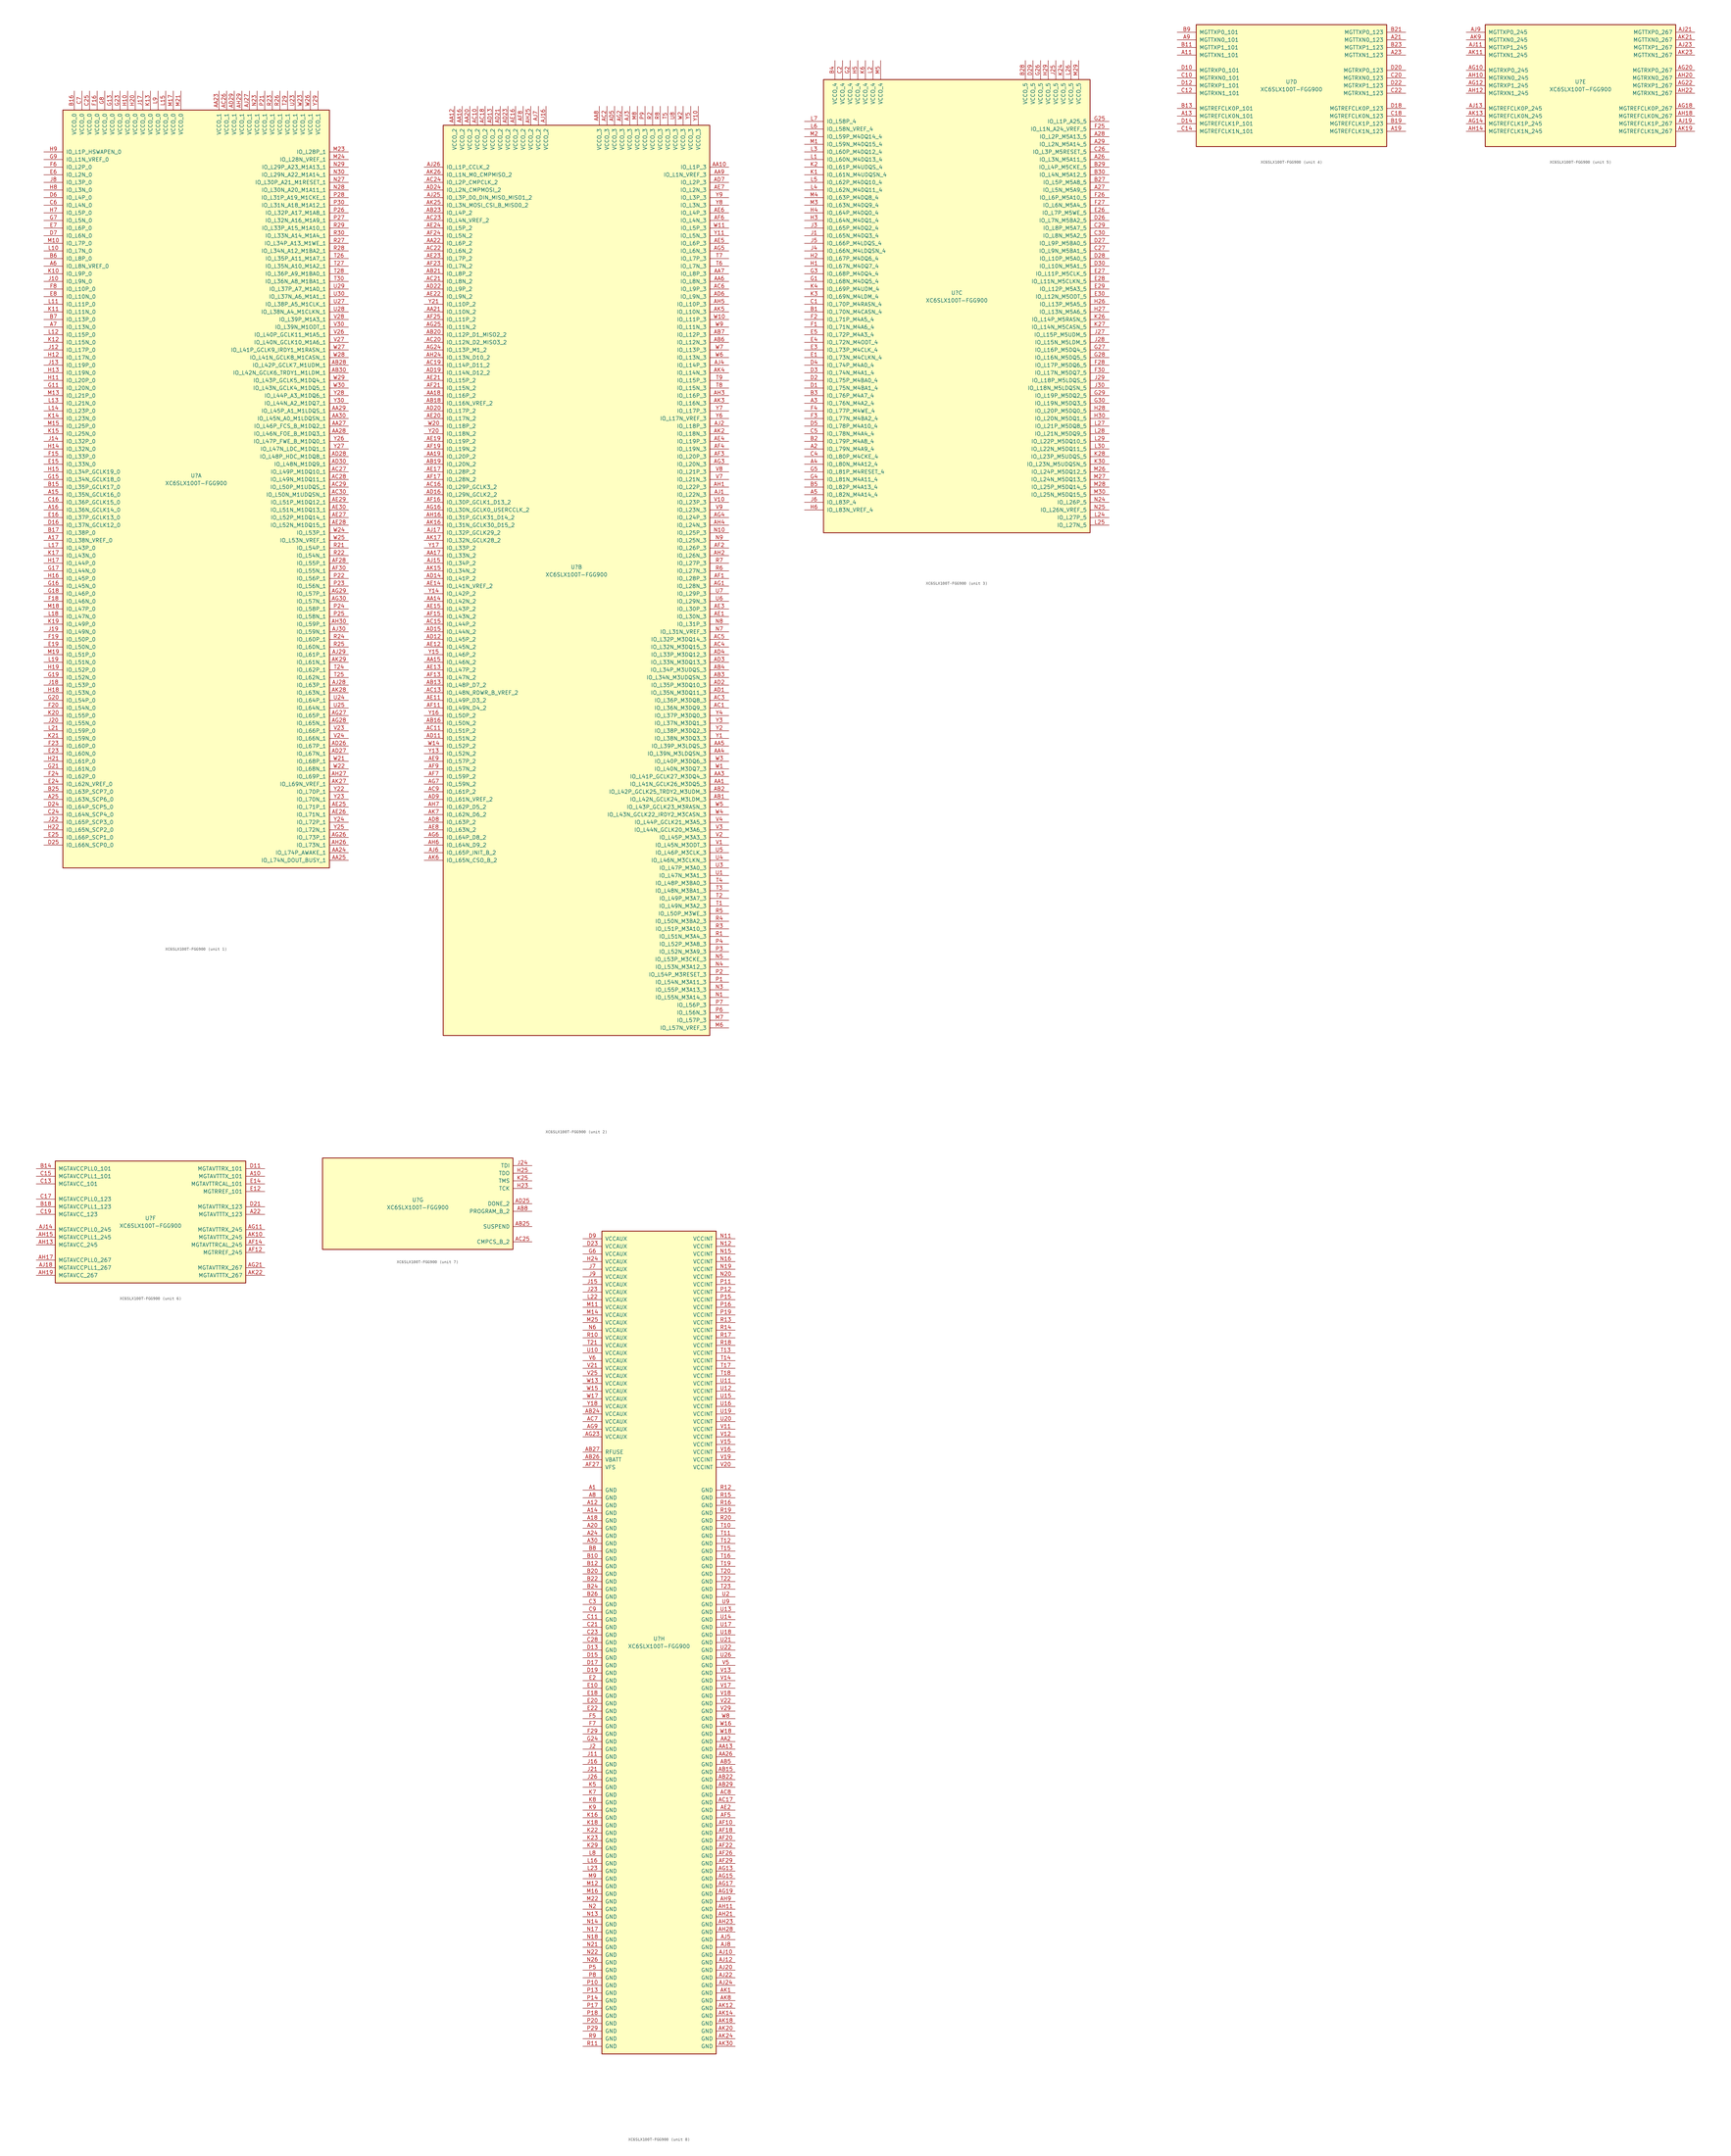
<source format=kicad_sym>
(kicad_symbol_lib
  (version 20211014)
  (generator kicad_symbol_editor)
  (symbol "XC6SLX100T-FGG900"
    (pin_names
      (offset 1.016))
    (property "Reference" "U"
      (at 0 1.27 0)
      (effects (font (size 1.27 1.27))))
    (property "Value" "XC6SLX100T-FGG900"
      (at 0 -1.27 0)
      (effects (font (size 1.27 1.27))))
    (property "Datasheet" ""
      (at 0 0 0)
      (effects (font (size 1.27 1.27))))
    (property "ki_locked" ""
      (at 0 0 0)
      (effects (font (size 1.27 1.27))))
    (symbol "XC6SLX100T-FGG900_1_1"
      (rectangle (start -44.45 123.19) (end 44.45 -129.54) (stroke (width 0.254) (type default) (color 0 0 0 0)) (fill (type background)))
      (pin bidirectional line (at -50.8 -5.08 0) (length 6.35) (name "IO_L35N_GCLK16_0" (effects (font (size 1.27 1.27)))) (number "A15" (effects (font (size 1.27 1.27)))))
      (pin bidirectional line (at -50.8 -10.16 0) (length 6.35) (name "IO_L36N_GCLK14_0" (effects (font (size 1.27 1.27)))) (number "A16" (effects (font (size 1.27 1.27)))))
      (pin bidirectional line (at -50.8 -20.32 0) (length 6.35) (name "IO_L38N_VREF_0" (effects (font (size 1.27 1.27)))) (number "A17" (effects (font (size 1.27 1.27)))))
      (pin bidirectional line (at -50.8 -106.68 0) (length 6.35) (name "IO_L63N_SCP6_0" (effects (font (size 1.27 1.27)))) (number "A25" (effects (font (size 1.27 1.27)))))
      (pin bidirectional line (at -50.8 71.12 0) (length 6.35) (name "IO_L8N_VREF_0" (effects (font (size 1.27 1.27)))) (number "A6" (effects (font (size 1.27 1.27)))))
      (pin bidirectional line (at -50.8 50.8 0) (length 6.35) (name "IO_L13N_0" (effects (font (size 1.27 1.27)))) (number "A7" (effects (font (size 1.27 1.27)))))
      (pin power_in line (at 7.62 129.54 270) (length 6.35) (name "VCCO_1" (effects (font (size 1.27 1.27)))) (number "AA23" (effects (font (size 1.27 1.27)))))
      (pin bidirectional line (at 50.8 -124.46 180) (length 6.35) (name "IO_L74P_AWAKE_1" (effects (font (size 1.27 1.27)))) (number "AA24" (effects (font (size 1.27 1.27)))))
      (pin bidirectional line (at 50.8 -127 180) (length 6.35) (name "IO_L74N_DOUT_BUSY_1" (effects (font (size 1.27 1.27)))) (number "AA25" (effects (font (size 1.27 1.27)))))
      (pin bidirectional line (at 50.8 17.78 180) (length 6.35) (name "IO_L46P_FCS_B_M1DQ2_1" (effects (font (size 1.27 1.27)))) (number "AA27" (effects (font (size 1.27 1.27)))))
      (pin bidirectional line (at 50.8 15.24 180) (length 6.35) (name "IO_L46N_FOE_B_M1DQ3_1" (effects (font (size 1.27 1.27)))) (number "AA28" (effects (font (size 1.27 1.27)))))
      (pin bidirectional line (at 50.8 22.86 180) (length 6.35) (name "IO_L45P_A1_M1LDQS_1" (effects (font (size 1.27 1.27)))) (number "AA29" (effects (font (size 1.27 1.27)))))
      (pin bidirectional line (at 50.8 20.32 180) (length 6.35) (name "IO_L45N_A0_M1LDQSN_1" (effects (font (size 1.27 1.27)))) (number "AA30" (effects (font (size 1.27 1.27)))))
      (pin bidirectional line (at 50.8 38.1 180) (length 6.35) (name "IO_L42P_GCLK7_M1UDM_1" (effects (font (size 1.27 1.27)))) (number "AB28" (effects (font (size 1.27 1.27)))))
      (pin bidirectional line (at 50.8 35.56 180) (length 6.35) (name "IO_L42N_GCLK6_TRDY1_M1LDM_1" (effects (font (size 1.27 1.27)))) (number "AB30" (effects (font (size 1.27 1.27)))))
      (pin power_in line (at 10.16 129.54 270) (length 6.35) (name "VCCO_1" (effects (font (size 1.27 1.27)))) (number "AC26" (effects (font (size 1.27 1.27)))))
      (pin bidirectional line (at 50.8 2.54 180) (length 6.35) (name "IO_L49P_M1DQ10_1" (effects (font (size 1.27 1.27)))) (number "AC27" (effects (font (size 1.27 1.27)))))
      (pin bidirectional line (at 50.8 0 180) (length 6.35) (name "IO_L49N_M1DQ11_1" (effects (font (size 1.27 1.27)))) (number "AC28" (effects (font (size 1.27 1.27)))))
      (pin bidirectional line (at 50.8 -2.54 180) (length 6.35) (name "IO_L50P_M1UDQS_1" (effects (font (size 1.27 1.27)))) (number "AC29" (effects (font (size 1.27 1.27)))))
      (pin bidirectional line (at 50.8 -5.08 180) (length 6.35) (name "IO_L50N_M1UDQSN_1" (effects (font (size 1.27 1.27)))) (number "AC30" (effects (font (size 1.27 1.27)))))
      (pin bidirectional line (at 50.8 -88.9 180) (length 6.35) (name "IO_L67P_1" (effects (font (size 1.27 1.27)))) (number "AD26" (effects (font (size 1.27 1.27)))))
      (pin bidirectional line (at 50.8 -91.44 180) (length 6.35) (name "IO_L67N_1" (effects (font (size 1.27 1.27)))) (number "AD27" (effects (font (size 1.27 1.27)))))
      (pin bidirectional line (at 50.8 7.62 180) (length 6.35) (name "IO_L48P_HDC_M1DQ8_1" (effects (font (size 1.27 1.27)))) (number "AD28" (effects (font (size 1.27 1.27)))))
      (pin power_in line (at 12.7 129.54 270) (length 6.35) (name "VCCO_1" (effects (font (size 1.27 1.27)))) (number "AD29" (effects (font (size 1.27 1.27)))))
      (pin bidirectional line (at 50.8 5.08 180) (length 6.35) (name "IO_L48N_M1DQ9_1" (effects (font (size 1.27 1.27)))) (number "AD30" (effects (font (size 1.27 1.27)))))
      (pin bidirectional line (at 50.8 -109.22 180) (length 6.35) (name "IO_L71P_1" (effects (font (size 1.27 1.27)))) (number "AE25" (effects (font (size 1.27 1.27)))))
      (pin bidirectional line (at 50.8 -111.76 180) (length 6.35) (name "IO_L71N_1" (effects (font (size 1.27 1.27)))) (number "AE26" (effects (font (size 1.27 1.27)))))
      (pin bidirectional line (at 50.8 -12.7 180) (length 6.35) (name "IO_L52P_M1DQ14_1" (effects (font (size 1.27 1.27)))) (number "AE27" (effects (font (size 1.27 1.27)))))
      (pin bidirectional line (at 50.8 -15.24 180) (length 6.35) (name "IO_L52N_M1DQ15_1" (effects (font (size 1.27 1.27)))) (number "AE28" (effects (font (size 1.27 1.27)))))
      (pin bidirectional line (at 50.8 -7.62 180) (length 6.35) (name "IO_L51P_M1DQ12_1" (effects (font (size 1.27 1.27)))) (number "AE29" (effects (font (size 1.27 1.27)))))
      (pin bidirectional line (at 50.8 -10.16 180) (length 6.35) (name "IO_L51N_M1DQ13_1" (effects (font (size 1.27 1.27)))) (number "AE30" (effects (font (size 1.27 1.27)))))
      (pin bidirectional line (at 50.8 -27.94 180) (length 6.35) (name "IO_L55P_1" (effects (font (size 1.27 1.27)))) (number "AF28" (effects (font (size 1.27 1.27)))))
      (pin bidirectional line (at 50.8 -30.48 180) (length 6.35) (name "IO_L55N_1" (effects (font (size 1.27 1.27)))) (number "AF30" (effects (font (size 1.27 1.27)))))
      (pin bidirectional line (at 50.8 -119.38 180) (length 6.35) (name "IO_L73P_1" (effects (font (size 1.27 1.27)))) (number "AG26" (effects (font (size 1.27 1.27)))))
      (pin bidirectional line (at 50.8 -78.74 180) (length 6.35) (name "IO_L65P_1" (effects (font (size 1.27 1.27)))) (number "AG27" (effects (font (size 1.27 1.27)))))
      (pin bidirectional line (at 50.8 -81.28 180) (length 6.35) (name "IO_L65N_1" (effects (font (size 1.27 1.27)))) (number "AG28" (effects (font (size 1.27 1.27)))))
      (pin bidirectional line (at 50.8 -38.1 180) (length 6.35) (name "IO_L57P_1" (effects (font (size 1.27 1.27)))) (number "AG29" (effects (font (size 1.27 1.27)))))
      (pin bidirectional line (at 50.8 -40.64 180) (length 6.35) (name "IO_L57N_1" (effects (font (size 1.27 1.27)))) (number "AG30" (effects (font (size 1.27 1.27)))))
      (pin bidirectional line (at 50.8 -121.92 180) (length 6.35) (name "IO_L73N_1" (effects (font (size 1.27 1.27)))) (number "AH26" (effects (font (size 1.27 1.27)))))
      (pin bidirectional line (at 50.8 -99.06 180) (length 6.35) (name "IO_L69P_1" (effects (font (size 1.27 1.27)))) (number "AH27" (effects (font (size 1.27 1.27)))))
      (pin power_in line (at 15.24 129.54 270) (length 6.35) (name "VCCO_1" (effects (font (size 1.27 1.27)))) (number "AH29" (effects (font (size 1.27 1.27)))))
      (pin bidirectional line (at 50.8 -48.26 180) (length 6.35) (name "IO_L59P_1" (effects (font (size 1.27 1.27)))) (number "AH30" (effects (font (size 1.27 1.27)))))
      (pin power_in line (at 17.78 129.54 270) (length 6.35) (name "VCCO_1" (effects (font (size 1.27 1.27)))) (number "AJ27" (effects (font (size 1.27 1.27)))))
      (pin bidirectional line (at 50.8 -68.58 180) (length 6.35) (name "IO_L63P_1" (effects (font (size 1.27 1.27)))) (number "AJ28" (effects (font (size 1.27 1.27)))))
      (pin bidirectional line (at 50.8 -58.42 180) (length 6.35) (name "IO_L61P_1" (effects (font (size 1.27 1.27)))) (number "AJ29" (effects (font (size 1.27 1.27)))))
      (pin bidirectional line (at 50.8 -50.8 180) (length 6.35) (name "IO_L59N_1" (effects (font (size 1.27 1.27)))) (number "AJ30" (effects (font (size 1.27 1.27)))))
      (pin bidirectional line (at 50.8 -101.6 180) (length 6.35) (name "IO_L69N_VREF_1" (effects (font (size 1.27 1.27)))) (number "AK27" (effects (font (size 1.27 1.27)))))
      (pin bidirectional line (at 50.8 -71.12 180) (length 6.35) (name "IO_L63N_1" (effects (font (size 1.27 1.27)))) (number "AK28" (effects (font (size 1.27 1.27)))))
      (pin bidirectional line (at 50.8 -60.96 180) (length 6.35) (name "IO_L61N_1" (effects (font (size 1.27 1.27)))) (number "AK29" (effects (font (size 1.27 1.27)))))
      (pin bidirectional line (at -50.8 -2.54 0) (length 6.35) (name "IO_L35P_GCLK17_0" (effects (font (size 1.27 1.27)))) (number "B15" (effects (font (size 1.27 1.27)))))
      (pin power_in line (at -40.64 129.54 270) (length 6.35) (name "VCCO_0" (effects (font (size 1.27 1.27)))) (number "B16" (effects (font (size 1.27 1.27)))))
      (pin bidirectional line (at -50.8 -17.78 0) (length 6.35) (name "IO_L38P_0" (effects (font (size 1.27 1.27)))) (number "B17" (effects (font (size 1.27 1.27)))))
      (pin bidirectional line (at -50.8 -104.14 0) (length 6.35) (name "IO_L63P_SCP7_0" (effects (font (size 1.27 1.27)))) (number "B25" (effects (font (size 1.27 1.27)))))
      (pin bidirectional line (at -50.8 73.66 0) (length 6.35) (name "IO_L8P_0" (effects (font (size 1.27 1.27)))) (number "B6" (effects (font (size 1.27 1.27)))))
      (pin bidirectional line (at -50.8 53.34 0) (length 6.35) (name "IO_L13P_0" (effects (font (size 1.27 1.27)))) (number "B7" (effects (font (size 1.27 1.27)))))
      (pin bidirectional line (at -50.8 -7.62 0) (length 6.35) (name "IO_L36P_GCLK15_0" (effects (font (size 1.27 1.27)))) (number "C16" (effects (font (size 1.27 1.27)))))
      (pin bidirectional line (at -50.8 -111.76 0) (length 6.35) (name "IO_L64N_SCP4_0" (effects (font (size 1.27 1.27)))) (number "C24" (effects (font (size 1.27 1.27)))))
      (pin power_in line (at -35.56 129.54 270) (length 6.35) (name "VCCO_0" (effects (font (size 1.27 1.27)))) (number "C25" (effects (font (size 1.27 1.27)))))
      (pin bidirectional line (at -50.8 91.44 0) (length 6.35) (name "IO_L4N_0" (effects (font (size 1.27 1.27)))) (number "C6" (effects (font (size 1.27 1.27)))))
      (pin power_in line (at -38.1 129.54 270) (length 6.35) (name "VCCO_0" (effects (font (size 1.27 1.27)))) (number "C7" (effects (font (size 1.27 1.27)))))
      (pin bidirectional line (at -50.8 -15.24 0) (length 6.35) (name "IO_L37N_GCLK12_0" (effects (font (size 1.27 1.27)))) (number "D16" (effects (font (size 1.27 1.27)))))
      (pin bidirectional line (at -50.8 -109.22 0) (length 6.35) (name "IO_L64P_SCP5_0" (effects (font (size 1.27 1.27)))) (number "D24" (effects (font (size 1.27 1.27)))))
      (pin bidirectional line (at -50.8 -121.92 0) (length 6.35) (name "IO_L66N_SCP0_0" (effects (font (size 1.27 1.27)))) (number "D25" (effects (font (size 1.27 1.27)))))
      (pin bidirectional line (at -50.8 93.98 0) (length 6.35) (name "IO_L4P_0" (effects (font (size 1.27 1.27)))) (number "D6" (effects (font (size 1.27 1.27)))))
      (pin bidirectional line (at -50.8 81.28 0) (length 6.35) (name "IO_L6N_0" (effects (font (size 1.27 1.27)))) (number "D7" (effects (font (size 1.27 1.27)))))
      (pin bidirectional line (at -50.8 5.08 0) (length 6.35) (name "IO_L33N_0" (effects (font (size 1.27 1.27)))) (number "E15" (effects (font (size 1.27 1.27)))))
      (pin bidirectional line (at -50.8 -12.7 0) (length 6.35) (name "IO_L37P_GCLK13_0" (effects (font (size 1.27 1.27)))) (number "E16" (effects (font (size 1.27 1.27)))))
      (pin bidirectional line (at -50.8 -55.88 0) (length 6.35) (name "IO_L50N_0" (effects (font (size 1.27 1.27)))) (number "E19" (effects (font (size 1.27 1.27)))))
      (pin bidirectional line (at -50.8 -91.44 0) (length 6.35) (name "IO_L60N_0" (effects (font (size 1.27 1.27)))) (number "E23" (effects (font (size 1.27 1.27)))))
      (pin bidirectional line (at -50.8 -101.6 0) (length 6.35) (name "IO_L62N_VREF_0" (effects (font (size 1.27 1.27)))) (number "E24" (effects (font (size 1.27 1.27)))))
      (pin bidirectional line (at -50.8 -119.38 0) (length 6.35) (name "IO_L66P_SCP1_0" (effects (font (size 1.27 1.27)))) (number "E25" (effects (font (size 1.27 1.27)))))
      (pin bidirectional line (at -50.8 101.6 0) (length 6.35) (name "IO_L2N_0" (effects (font (size 1.27 1.27)))) (number "E6" (effects (font (size 1.27 1.27)))))
      (pin bidirectional line (at -50.8 83.82 0) (length 6.35) (name "IO_L6P_0" (effects (font (size 1.27 1.27)))) (number "E7" (effects (font (size 1.27 1.27)))))
      (pin bidirectional line (at -50.8 60.96 0) (length 6.35) (name "IO_L10N_0" (effects (font (size 1.27 1.27)))) (number "E8" (effects (font (size 1.27 1.27)))))
      (pin bidirectional line (at -50.8 7.62 0) (length 6.35) (name "IO_L33P_0" (effects (font (size 1.27 1.27)))) (number "F15" (effects (font (size 1.27 1.27)))))
      (pin power_in line (at -33.02 129.54 270) (length 6.35) (name "VCCO_0" (effects (font (size 1.27 1.27)))) (number "F16" (effects (font (size 1.27 1.27)))))
      (pin bidirectional line (at -50.8 -40.64 0) (length 6.35) (name "IO_L46N_0" (effects (font (size 1.27 1.27)))) (number "F18" (effects (font (size 1.27 1.27)))))
      (pin bidirectional line (at -50.8 -53.34 0) (length 6.35) (name "IO_L50P_0" (effects (font (size 1.27 1.27)))) (number "F19" (effects (font (size 1.27 1.27)))))
      (pin bidirectional line (at -50.8 -76.2 0) (length 6.35) (name "IO_L54N_0" (effects (font (size 1.27 1.27)))) (number "F20" (effects (font (size 1.27 1.27)))))
      (pin bidirectional line (at -50.8 -88.9 0) (length 6.35) (name "IO_L60P_0" (effects (font (size 1.27 1.27)))) (number "F23" (effects (font (size 1.27 1.27)))))
      (pin bidirectional line (at -50.8 -99.06 0) (length 6.35) (name "IO_L62P_0" (effects (font (size 1.27 1.27)))) (number "F24" (effects (font (size 1.27 1.27)))))
      (pin bidirectional line (at -50.8 104.14 0) (length 6.35) (name "IO_L2P_0" (effects (font (size 1.27 1.27)))) (number "F6" (effects (font (size 1.27 1.27)))))
      (pin bidirectional line (at -50.8 63.5 0) (length 6.35) (name "IO_L10P_0" (effects (font (size 1.27 1.27)))) (number "F8" (effects (font (size 1.27 1.27)))))
      (pin bidirectional line (at -50.8 30.48 0) (length 6.35) (name "IO_L20N_0" (effects (font (size 1.27 1.27)))) (number "G11" (effects (font (size 1.27 1.27)))))
      (pin power_in line (at -27.94 129.54 270) (length 6.35) (name "VCCO_0" (effects (font (size 1.27 1.27)))) (number "G13" (effects (font (size 1.27 1.27)))))
      (pin bidirectional line (at -50.8 0 0) (length 6.35) (name "IO_L34N_GCLK18_0" (effects (font (size 1.27 1.27)))) (number "G15" (effects (font (size 1.27 1.27)))))
      (pin bidirectional line (at -50.8 -35.56 0) (length 6.35) (name "IO_L45N_0" (effects (font (size 1.27 1.27)))) (number "G16" (effects (font (size 1.27 1.27)))))
      (pin bidirectional line (at -50.8 -30.48 0) (length 6.35) (name "IO_L44N_0" (effects (font (size 1.27 1.27)))) (number "G17" (effects (font (size 1.27 1.27)))))
      (pin bidirectional line (at -50.8 -38.1 0) (length 6.35) (name "IO_L46P_0" (effects (font (size 1.27 1.27)))) (number "G18" (effects (font (size 1.27 1.27)))))
      (pin bidirectional line (at -50.8 -66.04 0) (length 6.35) (name "IO_L52N_0" (effects (font (size 1.27 1.27)))) (number "G19" (effects (font (size 1.27 1.27)))))
      (pin bidirectional line (at -50.8 -73.66 0) (length 6.35) (name "IO_L54P_0" (effects (font (size 1.27 1.27)))) (number "G20" (effects (font (size 1.27 1.27)))))
      (pin bidirectional line (at -50.8 -96.52 0) (length 6.35) (name "IO_L61N_0" (effects (font (size 1.27 1.27)))) (number "G21" (effects (font (size 1.27 1.27)))))
      (pin power_in line (at -25.4 129.54 270) (length 6.35) (name "VCCO_0" (effects (font (size 1.27 1.27)))) (number "G23" (effects (font (size 1.27 1.27)))))
      (pin bidirectional line (at -50.8 86.36 0) (length 6.35) (name "IO_L5N_0" (effects (font (size 1.27 1.27)))) (number "G7" (effects (font (size 1.27 1.27)))))
      (pin power_in line (at -30.48 129.54 270) (length 6.35) (name "VCCO_0" (effects (font (size 1.27 1.27)))) (number "G8" (effects (font (size 1.27 1.27)))))
      (pin bidirectional line (at -50.8 106.68 0) (length 6.35) (name "IO_L1N_VREF_0" (effects (font (size 1.27 1.27)))) (number "G9" (effects (font (size 1.27 1.27)))))
      (pin power_in line (at -22.86 129.54 270) (length 6.35) (name "VCCO_0" (effects (font (size 1.27 1.27)))) (number "H10" (effects (font (size 1.27 1.27)))))
      (pin bidirectional line (at -50.8 33.02 0) (length 6.35) (name "IO_L20P_0" (effects (font (size 1.27 1.27)))) (number "H11" (effects (font (size 1.27 1.27)))))
      (pin bidirectional line (at -50.8 40.64 0) (length 6.35) (name "IO_L17N_0" (effects (font (size 1.27 1.27)))) (number "H12" (effects (font (size 1.27 1.27)))))
      (pin bidirectional line (at -50.8 35.56 0) (length 6.35) (name "IO_L19N_0" (effects (font (size 1.27 1.27)))) (number "H13" (effects (font (size 1.27 1.27)))))
      (pin bidirectional line (at -50.8 10.16 0) (length 6.35) (name "IO_L32N_0" (effects (font (size 1.27 1.27)))) (number "H14" (effects (font (size 1.27 1.27)))))
      (pin bidirectional line (at -50.8 2.54 0) (length 6.35) (name "IO_L34P_GCLK19_0" (effects (font (size 1.27 1.27)))) (number "H15" (effects (font (size 1.27 1.27)))))
      (pin bidirectional line (at -50.8 -33.02 0) (length 6.35) (name "IO_L45P_0" (effects (font (size 1.27 1.27)))) (number "H16" (effects (font (size 1.27 1.27)))))
      (pin bidirectional line (at -50.8 -27.94 0) (length 6.35) (name "IO_L44P_0" (effects (font (size 1.27 1.27)))) (number "H17" (effects (font (size 1.27 1.27)))))
      (pin bidirectional line (at -50.8 -71.12 0) (length 6.35) (name "IO_L53N_0" (effects (font (size 1.27 1.27)))) (number "H18" (effects (font (size 1.27 1.27)))))
      (pin bidirectional line (at -50.8 -63.5 0) (length 6.35) (name "IO_L52P_0" (effects (font (size 1.27 1.27)))) (number "H19" (effects (font (size 1.27 1.27)))))
      (pin power_in line (at -20.32 129.54 270) (length 6.35) (name "VCCO_0" (effects (font (size 1.27 1.27)))) (number "H20" (effects (font (size 1.27 1.27)))))
      (pin bidirectional line (at -50.8 -93.98 0) (length 6.35) (name "IO_L61P_0" (effects (font (size 1.27 1.27)))) (number "H21" (effects (font (size 1.27 1.27)))))
      (pin bidirectional line (at -50.8 -116.84 0) (length 6.35) (name "IO_L65N_SCP2_0" (effects (font (size 1.27 1.27)))) (number "H22" (effects (font (size 1.27 1.27)))))
      (pin bidirectional line (at -50.8 88.9 0) (length 6.35) (name "IO_L5P_0" (effects (font (size 1.27 1.27)))) (number "H7" (effects (font (size 1.27 1.27)))))
      (pin bidirectional line (at -50.8 96.52 0) (length 6.35) (name "IO_L3N_0" (effects (font (size 1.27 1.27)))) (number "H8" (effects (font (size 1.27 1.27)))))
      (pin bidirectional line (at -50.8 109.22 0) (length 6.35) (name "IO_L1P_HSWAPEN_0" (effects (font (size 1.27 1.27)))) (number "H9" (effects (font (size 1.27 1.27)))))
      (pin bidirectional line (at -50.8 66.04 0) (length 6.35) (name "IO_L9N_0" (effects (font (size 1.27 1.27)))) (number "J10" (effects (font (size 1.27 1.27)))))
      (pin bidirectional line (at -50.8 43.18 0) (length 6.35) (name "IO_L17P_0" (effects (font (size 1.27 1.27)))) (number "J12" (effects (font (size 1.27 1.27)))))
      (pin bidirectional line (at -50.8 38.1 0) (length 6.35) (name "IO_L19P_0" (effects (font (size 1.27 1.27)))) (number "J13" (effects (font (size 1.27 1.27)))))
      (pin bidirectional line (at -50.8 12.7 0) (length 6.35) (name "IO_L32P_0" (effects (font (size 1.27 1.27)))) (number "J14" (effects (font (size 1.27 1.27)))))
      (pin power_in line (at -17.78 129.54 270) (length 6.35) (name "VCCO_0" (effects (font (size 1.27 1.27)))) (number "J17" (effects (font (size 1.27 1.27)))))
      (pin bidirectional line (at -50.8 -68.58 0) (length 6.35) (name "IO_L53P_0" (effects (font (size 1.27 1.27)))) (number "J18" (effects (font (size 1.27 1.27)))))
      (pin bidirectional line (at -50.8 -50.8 0) (length 6.35) (name "IO_L49N_0" (effects (font (size 1.27 1.27)))) (number "J19" (effects (font (size 1.27 1.27)))))
      (pin bidirectional line (at -50.8 -81.28 0) (length 6.35) (name "IO_L55N_0" (effects (font (size 1.27 1.27)))) (number "J20" (effects (font (size 1.27 1.27)))))
      (pin bidirectional line (at -50.8 -114.3 0) (length 6.35) (name "IO_L65P_SCP3_0" (effects (font (size 1.27 1.27)))) (number "J22" (effects (font (size 1.27 1.27)))))
      (pin bidirectional line (at -50.8 99.06 0) (length 6.35) (name "IO_L3P_0" (effects (font (size 1.27 1.27)))) (number "J8" (effects (font (size 1.27 1.27)))))
      (pin bidirectional line (at -50.8 68.58 0) (length 6.35) (name "IO_L9P_0" (effects (font (size 1.27 1.27)))) (number "K10" (effects (font (size 1.27 1.27)))))
      (pin bidirectional line (at -50.8 55.88 0) (length 6.35) (name "IO_L11N_0" (effects (font (size 1.27 1.27)))) (number "K11" (effects (font (size 1.27 1.27)))))
      (pin bidirectional line (at -50.8 45.72 0) (length 6.35) (name "IO_L15N_0" (effects (font (size 1.27 1.27)))) (number "K12" (effects (font (size 1.27 1.27)))))
      (pin power_in line (at -15.24 129.54 270) (length 6.35) (name "VCCO_0" (effects (font (size 1.27 1.27)))) (number "K13" (effects (font (size 1.27 1.27)))))
      (pin bidirectional line (at -50.8 20.32 0) (length 6.35) (name "IO_L23N_0" (effects (font (size 1.27 1.27)))) (number "K14" (effects (font (size 1.27 1.27)))))
      (pin bidirectional line (at -50.8 15.24 0) (length 6.35) (name "IO_L25N_0" (effects (font (size 1.27 1.27)))) (number "K15" (effects (font (size 1.27 1.27)))))
      (pin bidirectional line (at -50.8 -25.4 0) (length 6.35) (name "IO_L43N_0" (effects (font (size 1.27 1.27)))) (number "K17" (effects (font (size 1.27 1.27)))))
      (pin bidirectional line (at -50.8 -48.26 0) (length 6.35) (name "IO_L49P_0" (effects (font (size 1.27 1.27)))) (number "K19" (effects (font (size 1.27 1.27)))))
      (pin bidirectional line (at -50.8 -78.74 0) (length 6.35) (name "IO_L55P_0" (effects (font (size 1.27 1.27)))) (number "K20" (effects (font (size 1.27 1.27)))))
      (pin bidirectional line (at -50.8 -86.36 0) (length 6.35) (name "IO_L59N_0" (effects (font (size 1.27 1.27)))) (number "K21" (effects (font (size 1.27 1.27)))))
      (pin bidirectional line (at -50.8 76.2 0) (length 6.35) (name "IO_L7N_0" (effects (font (size 1.27 1.27)))) (number "L10" (effects (font (size 1.27 1.27)))))
      (pin bidirectional line (at -50.8 58.42 0) (length 6.35) (name "IO_L11P_0" (effects (font (size 1.27 1.27)))) (number "L11" (effects (font (size 1.27 1.27)))))
      (pin bidirectional line (at -50.8 48.26 0) (length 6.35) (name "IO_L15P_0" (effects (font (size 1.27 1.27)))) (number "L12" (effects (font (size 1.27 1.27)))))
      (pin bidirectional line (at -50.8 25.4 0) (length 6.35) (name "IO_L21N_0" (effects (font (size 1.27 1.27)))) (number "L13" (effects (font (size 1.27 1.27)))))
      (pin bidirectional line (at -50.8 22.86 0) (length 6.35) (name "IO_L23P_0" (effects (font (size 1.27 1.27)))) (number "L14" (effects (font (size 1.27 1.27)))))
      (pin power_in line (at -10.16 129.54 270) (length 6.35) (name "VCCO_0" (effects (font (size 1.27 1.27)))) (number "L15" (effects (font (size 1.27 1.27)))))
      (pin bidirectional line (at -50.8 -22.86 0) (length 6.35) (name "IO_L43P_0" (effects (font (size 1.27 1.27)))) (number "L17" (effects (font (size 1.27 1.27)))))
      (pin bidirectional line (at -50.8 -45.72 0) (length 6.35) (name "IO_L47N_0" (effects (font (size 1.27 1.27)))) (number "L18" (effects (font (size 1.27 1.27)))))
      (pin bidirectional line (at -50.8 -60.96 0) (length 6.35) (name "IO_L51N_0" (effects (font (size 1.27 1.27)))) (number "L19" (effects (font (size 1.27 1.27)))))
      (pin bidirectional line (at -50.8 -83.82 0) (length 6.35) (name "IO_L59P_0" (effects (font (size 1.27 1.27)))) (number "L21" (effects (font (size 1.27 1.27)))))
      (pin power_in line (at -12.7 129.54 270) (length 6.35) (name "VCCO_0" (effects (font (size 1.27 1.27)))) (number "L9" (effects (font (size 1.27 1.27)))))
      (pin bidirectional line (at -50.8 78.74 0) (length 6.35) (name "IO_L7P_0" (effects (font (size 1.27 1.27)))) (number "M10" (effects (font (size 1.27 1.27)))))
      (pin bidirectional line (at -50.8 27.94 0) (length 6.35) (name "IO_L21P_0" (effects (font (size 1.27 1.27)))) (number "M13" (effects (font (size 1.27 1.27)))))
      (pin bidirectional line (at -50.8 17.78 0) (length 6.35) (name "IO_L25P_0" (effects (font (size 1.27 1.27)))) (number "M15" (effects (font (size 1.27 1.27)))))
      (pin power_in line (at -7.62 129.54 270) (length 6.35) (name "VCCO_0" (effects (font (size 1.27 1.27)))) (number "M17" (effects (font (size 1.27 1.27)))))
      (pin bidirectional line (at -50.8 -43.18 0) (length 6.35) (name "IO_L47P_0" (effects (font (size 1.27 1.27)))) (number "M18" (effects (font (size 1.27 1.27)))))
      (pin bidirectional line (at -50.8 -58.42 0) (length 6.35) (name "IO_L51P_0" (effects (font (size 1.27 1.27)))) (number "M19" (effects (font (size 1.27 1.27)))))
      (pin power_in line (at -5.08 129.54 270) (length 6.35) (name "VCCO_0" (effects (font (size 1.27 1.27)))) (number "M21" (effects (font (size 1.27 1.27)))))
      (pin bidirectional line (at 50.8 109.22 180) (length 6.35) (name "IO_L28P_1" (effects (font (size 1.27 1.27)))) (number "M23" (effects (font (size 1.27 1.27)))))
      (pin bidirectional line (at 50.8 106.68 180) (length 6.35) (name "IO_L28N_VREF_1" (effects (font (size 1.27 1.27)))) (number "M24" (effects (font (size 1.27 1.27)))))
      (pin power_in line (at 20.32 129.54 270) (length 6.35) (name "VCCO_1" (effects (font (size 1.27 1.27)))) (number "N23" (effects (font (size 1.27 1.27)))))
      (pin bidirectional line (at 50.8 99.06 180) (length 6.35) (name "IO_L30P_A21_M1RESET_1" (effects (font (size 1.27 1.27)))) (number "N27" (effects (font (size 1.27 1.27)))))
      (pin bidirectional line (at 50.8 96.52 180) (length 6.35) (name "IO_L30N_A20_M1A11_1" (effects (font (size 1.27 1.27)))) (number "N28" (effects (font (size 1.27 1.27)))))
      (pin bidirectional line (at 50.8 104.14 180) (length 6.35) (name "IO_L29P_A23_M1A13_1" (effects (font (size 1.27 1.27)))) (number "N29" (effects (font (size 1.27 1.27)))))
      (pin bidirectional line (at 50.8 101.6 180) (length 6.35) (name "IO_L29N_A22_M1A14_1" (effects (font (size 1.27 1.27)))) (number "N30" (effects (font (size 1.27 1.27)))))
      (pin power_in line (at 22.86 129.54 270) (length 6.35) (name "VCCO_1" (effects (font (size 1.27 1.27)))) (number "P21" (effects (font (size 1.27 1.27)))))
      (pin bidirectional line (at 50.8 -33.02 180) (length 6.35) (name "IO_L56P_1" (effects (font (size 1.27 1.27)))) (number "P22" (effects (font (size 1.27 1.27)))))
      (pin bidirectional line (at 50.8 -35.56 180) (length 6.35) (name "IO_L56N_1" (effects (font (size 1.27 1.27)))) (number "P23" (effects (font (size 1.27 1.27)))))
      (pin bidirectional line (at 50.8 -43.18 180) (length 6.35) (name "IO_L58P_1" (effects (font (size 1.27 1.27)))) (number "P24" (effects (font (size 1.27 1.27)))))
      (pin bidirectional line (at 50.8 -45.72 180) (length 6.35) (name "IO_L58N_1" (effects (font (size 1.27 1.27)))) (number "P25" (effects (font (size 1.27 1.27)))))
      (pin bidirectional line (at 50.8 88.9 180) (length 6.35) (name "IO_L32P_A17_M1A8_1" (effects (font (size 1.27 1.27)))) (number "P26" (effects (font (size 1.27 1.27)))))
      (pin bidirectional line (at 50.8 86.36 180) (length 6.35) (name "IO_L32N_A16_M1A9_1" (effects (font (size 1.27 1.27)))) (number "P27" (effects (font (size 1.27 1.27)))))
      (pin bidirectional line (at 50.8 93.98 180) (length 6.35) (name "IO_L31P_A19_M1CKE_1" (effects (font (size 1.27 1.27)))) (number "P28" (effects (font (size 1.27 1.27)))))
      (pin bidirectional line (at 50.8 91.44 180) (length 6.35) (name "IO_L31N_A18_M1A12_1" (effects (font (size 1.27 1.27)))) (number "P30" (effects (font (size 1.27 1.27)))))
      (pin bidirectional line (at 50.8 -22.86 180) (length 6.35) (name "IO_L54P_1" (effects (font (size 1.27 1.27)))) (number "R21" (effects (font (size 1.27 1.27)))))
      (pin bidirectional line (at 50.8 -25.4 180) (length 6.35) (name "IO_L54N_1" (effects (font (size 1.27 1.27)))) (number "R22" (effects (font (size 1.27 1.27)))))
      (pin power_in line (at 25.4 129.54 270) (length 6.35) (name "VCCO_1" (effects (font (size 1.27 1.27)))) (number "R23" (effects (font (size 1.27 1.27)))))
      (pin bidirectional line (at 50.8 -53.34 180) (length 6.35) (name "IO_L60P_1" (effects (font (size 1.27 1.27)))) (number "R24" (effects (font (size 1.27 1.27)))))
      (pin bidirectional line (at 50.8 -55.88 180) (length 6.35) (name "IO_L60N_1" (effects (font (size 1.27 1.27)))) (number "R25" (effects (font (size 1.27 1.27)))))
      (pin power_in line (at 27.94 129.54 270) (length 6.35) (name "VCCO_1" (effects (font (size 1.27 1.27)))) (number "R26" (effects (font (size 1.27 1.27)))))
      (pin bidirectional line (at 50.8 78.74 180) (length 6.35) (name "IO_L34P_A13_M1WE_1" (effects (font (size 1.27 1.27)))) (number "R27" (effects (font (size 1.27 1.27)))))
      (pin bidirectional line (at 50.8 76.2 180) (length 6.35) (name "IO_L34N_A12_M1BA2_1" (effects (font (size 1.27 1.27)))) (number "R28" (effects (font (size 1.27 1.27)))))
      (pin bidirectional line (at 50.8 83.82 180) (length 6.35) (name "IO_L33P_A15_M1A10_1" (effects (font (size 1.27 1.27)))) (number "R29" (effects (font (size 1.27 1.27)))))
      (pin bidirectional line (at 50.8 81.28 180) (length 6.35) (name "IO_L33N_A14_M1A4_1" (effects (font (size 1.27 1.27)))) (number "R30" (effects (font (size 1.27 1.27)))))
      (pin bidirectional line (at 50.8 -63.5 180) (length 6.35) (name "IO_L62P_1" (effects (font (size 1.27 1.27)))) (number "T24" (effects (font (size 1.27 1.27)))))
      (pin bidirectional line (at 50.8 -66.04 180) (length 6.35) (name "IO_L62N_1" (effects (font (size 1.27 1.27)))) (number "T25" (effects (font (size 1.27 1.27)))))
      (pin bidirectional line (at 50.8 73.66 180) (length 6.35) (name "IO_L35P_A11_M1A7_1" (effects (font (size 1.27 1.27)))) (number "T26" (effects (font (size 1.27 1.27)))))
      (pin bidirectional line (at 50.8 71.12 180) (length 6.35) (name "IO_L35N_A10_M1A2_1" (effects (font (size 1.27 1.27)))) (number "T27" (effects (font (size 1.27 1.27)))))
      (pin bidirectional line (at 50.8 68.58 180) (length 6.35) (name "IO_L36P_A9_M1BA0_1" (effects (font (size 1.27 1.27)))) (number "T28" (effects (font (size 1.27 1.27)))))
      (pin power_in line (at 30.48 129.54 270) (length 6.35) (name "VCCO_1" (effects (font (size 1.27 1.27)))) (number "T29" (effects (font (size 1.27 1.27)))))
      (pin bidirectional line (at 50.8 66.04 180) (length 6.35) (name "IO_L36N_A8_M1BA1_1" (effects (font (size 1.27 1.27)))) (number "T30" (effects (font (size 1.27 1.27)))))
      (pin power_in line (at 33.02 129.54 270) (length 6.35) (name "VCCO_1" (effects (font (size 1.27 1.27)))) (number "U23" (effects (font (size 1.27 1.27)))))
      (pin bidirectional line (at 50.8 -73.66 180) (length 6.35) (name "IO_L64P_1" (effects (font (size 1.27 1.27)))) (number "U24" (effects (font (size 1.27 1.27)))))
      (pin bidirectional line (at 50.8 -76.2 180) (length 6.35) (name "IO_L64N_1" (effects (font (size 1.27 1.27)))) (number "U25" (effects (font (size 1.27 1.27)))))
      (pin bidirectional line (at 50.8 58.42 180) (length 6.35) (name "IO_L38P_A5_M1CLK_1" (effects (font (size 1.27 1.27)))) (number "U27" (effects (font (size 1.27 1.27)))))
      (pin bidirectional line (at 50.8 55.88 180) (length 6.35) (name "IO_L38N_A4_M1CLKN_1" (effects (font (size 1.27 1.27)))) (number "U28" (effects (font (size 1.27 1.27)))))
      (pin bidirectional line (at 50.8 63.5 180) (length 6.35) (name "IO_L37P_A7_M1A0_1" (effects (font (size 1.27 1.27)))) (number "U29" (effects (font (size 1.27 1.27)))))
      (pin bidirectional line (at 50.8 60.96 180) (length 6.35) (name "IO_L37N_A6_M1A1_1" (effects (font (size 1.27 1.27)))) (number "U30" (effects (font (size 1.27 1.27)))))
      (pin bidirectional line (at 50.8 -83.82 180) (length 6.35) (name "IO_L66P_1" (effects (font (size 1.27 1.27)))) (number "V23" (effects (font (size 1.27 1.27)))))
      (pin bidirectional line (at 50.8 -86.36 180) (length 6.35) (name "IO_L66N_1" (effects (font (size 1.27 1.27)))) (number "V24" (effects (font (size 1.27 1.27)))))
      (pin bidirectional line (at 50.8 48.26 180) (length 6.35) (name "IO_L40P_GCLK11_M1A5_1" (effects (font (size 1.27 1.27)))) (number "V26" (effects (font (size 1.27 1.27)))))
      (pin bidirectional line (at 50.8 45.72 180) (length 6.35) (name "IO_L40N_GCLK10_M1A6_1" (effects (font (size 1.27 1.27)))) (number "V27" (effects (font (size 1.27 1.27)))))
      (pin bidirectional line (at 50.8 53.34 180) (length 6.35) (name "IO_L39P_M1A3_1" (effects (font (size 1.27 1.27)))) (number "V28" (effects (font (size 1.27 1.27)))))
      (pin bidirectional line (at 50.8 50.8 180) (length 6.35) (name "IO_L39N_M1ODT_1" (effects (font (size 1.27 1.27)))) (number "V30" (effects (font (size 1.27 1.27)))))
      (pin bidirectional line (at 50.8 -93.98 180) (length 6.35) (name "IO_L68P_1" (effects (font (size 1.27 1.27)))) (number "W21" (effects (font (size 1.27 1.27)))))
      (pin bidirectional line (at 50.8 -96.52 180) (length 6.35) (name "IO_L68N_1" (effects (font (size 1.27 1.27)))) (number "W22" (effects (font (size 1.27 1.27)))))
      (pin power_in line (at 35.56 129.54 270) (length 6.35) (name "VCCO_1" (effects (font (size 1.27 1.27)))) (number "W23" (effects (font (size 1.27 1.27)))))
      (pin bidirectional line (at 50.8 -17.78 180) (length 6.35) (name "IO_L53P_1" (effects (font (size 1.27 1.27)))) (number "W24" (effects (font (size 1.27 1.27)))))
      (pin bidirectional line (at 50.8 -20.32 180) (length 6.35) (name "IO_L53N_VREF_1" (effects (font (size 1.27 1.27)))) (number "W25" (effects (font (size 1.27 1.27)))))
      (pin power_in line (at 38.1 129.54 270) (length 6.35) (name "VCCO_1" (effects (font (size 1.27 1.27)))) (number "W26" (effects (font (size 1.27 1.27)))))
      (pin bidirectional line (at 50.8 43.18 180) (length 6.35) (name "IO_L41P_GCLK9_IRDY1_M1RASN_1" (effects (font (size 1.27 1.27)))) (number "W27" (effects (font (size 1.27 1.27)))))
      (pin bidirectional line (at 50.8 40.64 180) (length 6.35) (name "IO_L41N_GCLK8_M1CASN_1" (effects (font (size 1.27 1.27)))) (number "W28" (effects (font (size 1.27 1.27)))))
      (pin bidirectional line (at 50.8 33.02 180) (length 6.35) (name "IO_L43P_GCLK5_M1DQ4_1" (effects (font (size 1.27 1.27)))) (number "W29" (effects (font (size 1.27 1.27)))))
      (pin bidirectional line (at 50.8 30.48 180) (length 6.35) (name "IO_L43N_GCLK4_M1DQ5_1" (effects (font (size 1.27 1.27)))) (number "W30" (effects (font (size 1.27 1.27)))))
      (pin bidirectional line (at 50.8 -104.14 180) (length 6.35) (name "IO_L70P_1" (effects (font (size 1.27 1.27)))) (number "Y22" (effects (font (size 1.27 1.27)))))
      (pin bidirectional line (at 50.8 -106.68 180) (length 6.35) (name "IO_L70N_1" (effects (font (size 1.27 1.27)))) (number "Y23" (effects (font (size 1.27 1.27)))))
      (pin bidirectional line (at 50.8 -114.3 180) (length 6.35) (name "IO_L72P_1" (effects (font (size 1.27 1.27)))) (number "Y24" (effects (font (size 1.27 1.27)))))
      (pin bidirectional line (at 50.8 -116.84 180) (length 6.35) (name "IO_L72N_1" (effects (font (size 1.27 1.27)))) (number "Y25" (effects (font (size 1.27 1.27)))))
      (pin bidirectional line (at 50.8 12.7 180) (length 6.35) (name "IO_L47P_FWE_B_M1DQ0_1" (effects (font (size 1.27 1.27)))) (number "Y26" (effects (font (size 1.27 1.27)))))
      (pin bidirectional line (at 50.8 10.16 180) (length 6.35) (name "IO_L47N_LDC_M1DQ1_1" (effects (font (size 1.27 1.27)))) (number "Y27" (effects (font (size 1.27 1.27)))))
      (pin bidirectional line (at 50.8 27.94 180) (length 6.35) (name "IO_L44P_A3_M1DQ6_1" (effects (font (size 1.27 1.27)))) (number "Y28" (effects (font (size 1.27 1.27)))))
      (pin power_in line (at 40.64 129.54 270) (length 6.35) (name "VCCO_1" (effects (font (size 1.27 1.27)))) (number "Y29" (effects (font (size 1.27 1.27)))))
      (pin bidirectional line (at 50.8 25.4 180) (length 6.35) (name "IO_L44N_A2_M1DQ7_1" (effects (font (size 1.27 1.27)))) (number "Y30" (effects (font (size 1.27 1.27))))))
    (symbol "XC6SLX100T-FGG900_2_1"
      (rectangle (start -44.45 148.59) (end 44.45 -154.94) (stroke (width 0.254) (type default) (color 0 0 0 0)) (fill (type background)))
      (pin bidirectional line (at 50.8 -71.12 180) (length 6.35) (name "IO_L41N_GCLK26_M3DQ5_3" (effects (font (size 1.27 1.27)))) (number "AA1" (effects (font (size 1.27 1.27)))))
      (pin bidirectional line (at 50.8 134.62 180) (length 6.35) (name "IO_L1P_3" (effects (font (size 1.27 1.27)))) (number "AA10" (effects (font (size 1.27 1.27)))))
      (pin power_in line (at -40.64 154.94 270) (length 6.35) (name "VCCO_2" (effects (font (size 1.27 1.27)))) (number "AA12" (effects (font (size 1.27 1.27)))))
      (pin bidirectional line (at -50.8 -10.16 0) (length 6.35) (name "IO_L42N_2" (effects (font (size 1.27 1.27)))) (number "AA14" (effects (font (size 1.27 1.27)))))
      (pin bidirectional line (at -50.8 -30.48 0) (length 6.35) (name "IO_L46N_2" (effects (font (size 1.27 1.27)))) (number "AA15" (effects (font (size 1.27 1.27)))))
      (pin power_in line (at -38.1 154.94 270) (length 6.35) (name "VCCO_2" (effects (font (size 1.27 1.27)))) (number "AA16" (effects (font (size 1.27 1.27)))))
      (pin bidirectional line (at -50.8 5.08 0) (length 6.35) (name "IO_L33N_2" (effects (font (size 1.27 1.27)))) (number "AA17" (effects (font (size 1.27 1.27)))))
      (pin bidirectional line (at -50.8 58.42 0) (length 6.35) (name "IO_L16P_2" (effects (font (size 1.27 1.27)))) (number "AA18" (effects (font (size 1.27 1.27)))))
      (pin bidirectional line (at -50.8 38.1 0) (length 6.35) (name "IO_L20P_2" (effects (font (size 1.27 1.27)))) (number "AA19" (effects (font (size 1.27 1.27)))))
      (pin power_in line (at -35.56 154.94 270) (length 6.35) (name "VCCO_2" (effects (font (size 1.27 1.27)))) (number "AA20" (effects (font (size 1.27 1.27)))))
      (pin bidirectional line (at -50.8 86.36 0) (length 6.35) (name "IO_L10N_2" (effects (font (size 1.27 1.27)))) (number "AA21" (effects (font (size 1.27 1.27)))))
      (pin bidirectional line (at -50.8 109.22 0) (length 6.35) (name "IO_L6P_2" (effects (font (size 1.27 1.27)))) (number "AA22" (effects (font (size 1.27 1.27)))))
      (pin bidirectional line (at 50.8 -68.58 180) (length 6.35) (name "IO_L41P_GCLK27_M3DQ4_3" (effects (font (size 1.27 1.27)))) (number "AA3" (effects (font (size 1.27 1.27)))))
      (pin bidirectional line (at 50.8 -60.96 180) (length 6.35) (name "IO_L39N_M3LDQSN_3" (effects (font (size 1.27 1.27)))) (number "AA4" (effects (font (size 1.27 1.27)))))
      (pin bidirectional line (at 50.8 -58.42 180) (length 6.35) (name "IO_L39P_M3LDQS_3" (effects (font (size 1.27 1.27)))) (number "AA5" (effects (font (size 1.27 1.27)))))
      (pin bidirectional line (at 50.8 96.52 180) (length 6.35) (name "IO_L8N_3" (effects (font (size 1.27 1.27)))) (number "AA6" (effects (font (size 1.27 1.27)))))
      (pin bidirectional line (at 50.8 99.06 180) (length 6.35) (name "IO_L8P_3" (effects (font (size 1.27 1.27)))) (number "AA7" (effects (font (size 1.27 1.27)))))
      (pin power_in line (at 7.62 154.94 270) (length 6.35) (name "VCCO_3" (effects (font (size 1.27 1.27)))) (number "AA8" (effects (font (size 1.27 1.27)))))
      (pin bidirectional line (at 50.8 132.08 180) (length 6.35) (name "IO_L1N_VREF_3" (effects (font (size 1.27 1.27)))) (number "AA9" (effects (font (size 1.27 1.27)))))
      (pin bidirectional line (at 50.8 -76.2 180) (length 6.35) (name "IO_L42N_GCLK24_M3LDM_3" (effects (font (size 1.27 1.27)))) (number "AB1" (effects (font (size 1.27 1.27)))))
      (pin bidirectional line (at -50.8 -38.1 0) (length 6.35) (name "IO_L48P_D7_2" (effects (font (size 1.27 1.27)))) (number "AB13" (effects (font (size 1.27 1.27)))))
      (pin bidirectional line (at -50.8 -50.8 0) (length 6.35) (name "IO_L50N_2" (effects (font (size 1.27 1.27)))) (number "AB16" (effects (font (size 1.27 1.27)))))
      (pin bidirectional line (at -50.8 55.88 0) (length 6.35) (name "IO_L16N_VREF_2" (effects (font (size 1.27 1.27)))) (number "AB18" (effects (font (size 1.27 1.27)))))
      (pin bidirectional line (at -50.8 35.56 0) (length 6.35) (name "IO_L20N_2" (effects (font (size 1.27 1.27)))) (number "AB19" (effects (font (size 1.27 1.27)))))
      (pin bidirectional line (at 50.8 -73.66 180) (length 6.35) (name "IO_L42P_GCLK25_TRDY2_M3UDM_3" (effects (font (size 1.27 1.27)))) (number "AB2" (effects (font (size 1.27 1.27)))))
      (pin bidirectional line (at -50.8 78.74 0) (length 6.35) (name "IO_L12P_D1_MISO2_2" (effects (font (size 1.27 1.27)))) (number "AB20" (effects (font (size 1.27 1.27)))))
      (pin bidirectional line (at -50.8 99.06 0) (length 6.35) (name "IO_L8P_2" (effects (font (size 1.27 1.27)))) (number "AB21" (effects (font (size 1.27 1.27)))))
      (pin bidirectional line (at -50.8 119.38 0) (length 6.35) (name "IO_L4P_2" (effects (font (size 1.27 1.27)))) (number "AB23" (effects (font (size 1.27 1.27)))))
      (pin bidirectional line (at 50.8 -35.56 180) (length 6.35) (name "IO_L34N_M3UDQSN_3" (effects (font (size 1.27 1.27)))) (number "AB3" (effects (font (size 1.27 1.27)))))
      (pin bidirectional line (at 50.8 -33.02 180) (length 6.35) (name "IO_L34P_M3UDQS_3" (effects (font (size 1.27 1.27)))) (number "AB4" (effects (font (size 1.27 1.27)))))
      (pin bidirectional line (at 50.8 76.2 180) (length 6.35) (name "IO_L12N_3" (effects (font (size 1.27 1.27)))) (number "AB6" (effects (font (size 1.27 1.27)))))
      (pin bidirectional line (at 50.8 78.74 180) (length 6.35) (name "IO_L12P_3" (effects (font (size 1.27 1.27)))) (number "AB7" (effects (font (size 1.27 1.27)))))
      (pin bidirectional line (at 50.8 -45.72 180) (length 6.35) (name "IO_L36N_M3DQ9_3" (effects (font (size 1.27 1.27)))) (number "AC1" (effects (font (size 1.27 1.27)))))
      (pin power_in line (at -33.02 154.94 270) (length 6.35) (name "VCCO_2" (effects (font (size 1.27 1.27)))) (number "AC10" (effects (font (size 1.27 1.27)))))
      (pin bidirectional line (at -50.8 -53.34 0) (length 6.35) (name "IO_L51P_2" (effects (font (size 1.27 1.27)))) (number "AC11" (effects (font (size 1.27 1.27)))))
      (pin bidirectional line (at -50.8 -40.64 0) (length 6.35) (name "IO_L48N_RDWR_B_VREF_2" (effects (font (size 1.27 1.27)))) (number "AC13" (effects (font (size 1.27 1.27)))))
      (pin bidirectional line (at -50.8 -17.78 0) (length 6.35) (name "IO_L44P_2" (effects (font (size 1.27 1.27)))) (number "AC15" (effects (font (size 1.27 1.27)))))
      (pin bidirectional line (at -50.8 27.94 0) (length 6.35) (name "IO_L29P_GCLK3_2" (effects (font (size 1.27 1.27)))) (number "AC16" (effects (font (size 1.27 1.27)))))
      (pin power_in line (at -30.48 154.94 270) (length 6.35) (name "VCCO_2" (effects (font (size 1.27 1.27)))) (number "AC18" (effects (font (size 1.27 1.27)))))
      (pin bidirectional line (at -50.8 68.58 0) (length 6.35) (name "IO_L14P_D11_2" (effects (font (size 1.27 1.27)))) (number "AC19" (effects (font (size 1.27 1.27)))))
      (pin power_in line (at 10.16 154.94 270) (length 6.35) (name "VCCO_3" (effects (font (size 1.27 1.27)))) (number "AC2" (effects (font (size 1.27 1.27)))))
      (pin bidirectional line (at -50.8 76.2 0) (length 6.35) (name "IO_L12N_D2_MISO3_2" (effects (font (size 1.27 1.27)))) (number "AC20" (effects (font (size 1.27 1.27)))))
      (pin bidirectional line (at -50.8 96.52 0) (length 6.35) (name "IO_L8N_2" (effects (font (size 1.27 1.27)))) (number "AC21" (effects (font (size 1.27 1.27)))))
      (pin bidirectional line (at -50.8 106.68 0) (length 6.35) (name "IO_L6N_2" (effects (font (size 1.27 1.27)))) (number "AC22" (effects (font (size 1.27 1.27)))))
      (pin bidirectional line (at -50.8 116.84 0) (length 6.35) (name "IO_L4N_VREF_2" (effects (font (size 1.27 1.27)))) (number "AC23" (effects (font (size 1.27 1.27)))))
      (pin bidirectional line (at -50.8 129.54 0) (length 6.35) (name "IO_L2P_CMPCLK_2" (effects (font (size 1.27 1.27)))) (number "AC24" (effects (font (size 1.27 1.27)))))
      (pin bidirectional line (at 50.8 -43.18 180) (length 6.35) (name "IO_L36P_M3DQ8_3" (effects (font (size 1.27 1.27)))) (number "AC3" (effects (font (size 1.27 1.27)))))
      (pin bidirectional line (at 50.8 -25.4 180) (length 6.35) (name "IO_L32N_M3DQ15_3" (effects (font (size 1.27 1.27)))) (number "AC4" (effects (font (size 1.27 1.27)))))
      (pin bidirectional line (at 50.8 -22.86 180) (length 6.35) (name "IO_L32P_M3DQ14_3" (effects (font (size 1.27 1.27)))) (number "AC5" (effects (font (size 1.27 1.27)))))
      (pin bidirectional line (at 50.8 93.98 180) (length 6.35) (name "IO_L9P_3" (effects (font (size 1.27 1.27)))) (number "AC6" (effects (font (size 1.27 1.27)))))
      (pin bidirectional line (at -50.8 -73.66 0) (length 6.35) (name "IO_L61P_2" (effects (font (size 1.27 1.27)))) (number "AC9" (effects (font (size 1.27 1.27)))))
      (pin bidirectional line (at 50.8 -40.64 180) (length 6.35) (name "IO_L35N_M3DQ11_3" (effects (font (size 1.27 1.27)))) (number "AD1" (effects (font (size 1.27 1.27)))))
      (pin bidirectional line (at -50.8 -55.88 0) (length 6.35) (name "IO_L51N_2" (effects (font (size 1.27 1.27)))) (number "AD11" (effects (font (size 1.27 1.27)))))
      (pin bidirectional line (at -50.8 -22.86 0) (length 6.35) (name "IO_L45P_2" (effects (font (size 1.27 1.27)))) (number "AD12" (effects (font (size 1.27 1.27)))))
      (pin power_in line (at -27.94 154.94 270) (length 6.35) (name "VCCO_2" (effects (font (size 1.27 1.27)))) (number "AD13" (effects (font (size 1.27 1.27)))))
      (pin bidirectional line (at -50.8 -2.54 0) (length 6.35) (name "IO_L41P_2" (effects (font (size 1.27 1.27)))) (number "AD14" (effects (font (size 1.27 1.27)))))
      (pin bidirectional line (at -50.8 -20.32 0) (length 6.35) (name "IO_L44N_2" (effects (font (size 1.27 1.27)))) (number "AD15" (effects (font (size 1.27 1.27)))))
      (pin bidirectional line (at -50.8 25.4 0) (length 6.35) (name "IO_L29N_GCLK2_2" (effects (font (size 1.27 1.27)))) (number "AD16" (effects (font (size 1.27 1.27)))))
      (pin bidirectional line (at -50.8 66.04 0) (length 6.35) (name "IO_L14N_D12_2" (effects (font (size 1.27 1.27)))) (number "AD19" (effects (font (size 1.27 1.27)))))
      (pin bidirectional line (at 50.8 -38.1 180) (length 6.35) (name "IO_L35P_M3DQ10_3" (effects (font (size 1.27 1.27)))) (number "AD2" (effects (font (size 1.27 1.27)))))
      (pin bidirectional line (at -50.8 53.34 0) (length 6.35) (name "IO_L17P_2" (effects (font (size 1.27 1.27)))) (number "AD20" (effects (font (size 1.27 1.27)))))
      (pin power_in line (at -25.4 154.94 270) (length 6.35) (name "VCCO_2" (effects (font (size 1.27 1.27)))) (number "AD21" (effects (font (size 1.27 1.27)))))
      (pin bidirectional line (at -50.8 93.98 0) (length 6.35) (name "IO_L9P_2" (effects (font (size 1.27 1.27)))) (number "AD22" (effects (font (size 1.27 1.27)))))
      (pin power_in line (at -22.86 154.94 270) (length 6.35) (name "VCCO_2" (effects (font (size 1.27 1.27)))) (number "AD23" (effects (font (size 1.27 1.27)))))
      (pin bidirectional line (at -50.8 127 0) (length 6.35) (name "IO_L2N_CMPMOSI_2" (effects (font (size 1.27 1.27)))) (number "AD24" (effects (font (size 1.27 1.27)))))
      (pin bidirectional line (at 50.8 -30.48 180) (length 6.35) (name "IO_L33N_M3DQ13_3" (effects (font (size 1.27 1.27)))) (number "AD3" (effects (font (size 1.27 1.27)))))
      (pin bidirectional line (at 50.8 -27.94 180) (length 6.35) (name "IO_L33P_M3DQ12_3" (effects (font (size 1.27 1.27)))) (number "AD4" (effects (font (size 1.27 1.27)))))
      (pin power_in line (at 12.7 154.94 270) (length 6.35) (name "VCCO_3" (effects (font (size 1.27 1.27)))) (number "AD5" (effects (font (size 1.27 1.27)))))
      (pin bidirectional line (at 50.8 91.44 180) (length 6.35) (name "IO_L9N_3" (effects (font (size 1.27 1.27)))) (number "AD6" (effects (font (size 1.27 1.27)))))
      (pin bidirectional line (at 50.8 129.54 180) (length 6.35) (name "IO_L2P_3" (effects (font (size 1.27 1.27)))) (number "AD7" (effects (font (size 1.27 1.27)))))
      (pin bidirectional line (at -50.8 -83.82 0) (length 6.35) (name "IO_L63P_2" (effects (font (size 1.27 1.27)))) (number "AD8" (effects (font (size 1.27 1.27)))))
      (pin bidirectional line (at -50.8 -76.2 0) (length 6.35) (name "IO_L61N_VREF_2" (effects (font (size 1.27 1.27)))) (number "AD9" (effects (font (size 1.27 1.27)))))
      (pin bidirectional line (at 50.8 -15.24 180) (length 6.35) (name "IO_L30N_3" (effects (font (size 1.27 1.27)))) (number "AE1" (effects (font (size 1.27 1.27)))))
      (pin bidirectional line (at -50.8 -43.18 0) (length 6.35) (name "IO_L49P_D3_2" (effects (font (size 1.27 1.27)))) (number "AE11" (effects (font (size 1.27 1.27)))))
      (pin bidirectional line (at -50.8 -25.4 0) (length 6.35) (name "IO_L45N_2" (effects (font (size 1.27 1.27)))) (number "AE12" (effects (font (size 1.27 1.27)))))
      (pin bidirectional line (at -50.8 -33.02 0) (length 6.35) (name "IO_L47P_2" (effects (font (size 1.27 1.27)))) (number "AE13" (effects (font (size 1.27 1.27)))))
      (pin bidirectional line (at -50.8 -5.08 0) (length 6.35) (name "IO_L41N_VREF_2" (effects (font (size 1.27 1.27)))) (number "AE14" (effects (font (size 1.27 1.27)))))
      (pin bidirectional line (at -50.8 -12.7 0) (length 6.35) (name "IO_L43P_2" (effects (font (size 1.27 1.27)))) (number "AE15" (effects (font (size 1.27 1.27)))))
      (pin power_in line (at -20.32 154.94 270) (length 6.35) (name "VCCO_2" (effects (font (size 1.27 1.27)))) (number "AE16" (effects (font (size 1.27 1.27)))))
      (pin bidirectional line (at -50.8 33.02 0) (length 6.35) (name "IO_L28P_2" (effects (font (size 1.27 1.27)))) (number "AE17" (effects (font (size 1.27 1.27)))))
      (pin bidirectional line (at -50.8 43.18 0) (length 6.35) (name "IO_L19P_2" (effects (font (size 1.27 1.27)))) (number "AE19" (effects (font (size 1.27 1.27)))))
      (pin bidirectional line (at -50.8 50.8 0) (length 6.35) (name "IO_L17N_2" (effects (font (size 1.27 1.27)))) (number "AE20" (effects (font (size 1.27 1.27)))))
      (pin bidirectional line (at -50.8 63.5 0) (length 6.35) (name "IO_L15P_2" (effects (font (size 1.27 1.27)))) (number "AE21" (effects (font (size 1.27 1.27)))))
      (pin bidirectional line (at -50.8 91.44 0) (length 6.35) (name "IO_L9N_2" (effects (font (size 1.27 1.27)))) (number "AE22" (effects (font (size 1.27 1.27)))))
      (pin bidirectional line (at -50.8 104.14 0) (length 6.35) (name "IO_L7P_2" (effects (font (size 1.27 1.27)))) (number "AE23" (effects (font (size 1.27 1.27)))))
      (pin bidirectional line (at -50.8 114.3 0) (length 6.35) (name "IO_L5P_2" (effects (font (size 1.27 1.27)))) (number "AE24" (effects (font (size 1.27 1.27)))))
      (pin bidirectional line (at 50.8 -12.7 180) (length 6.35) (name "IO_L30P_3" (effects (font (size 1.27 1.27)))) (number "AE3" (effects (font (size 1.27 1.27)))))
      (pin bidirectional line (at 50.8 43.18 180) (length 6.35) (name "IO_L19P_3" (effects (font (size 1.27 1.27)))) (number "AE4" (effects (font (size 1.27 1.27)))))
      (pin bidirectional line (at 50.8 109.22 180) (length 6.35) (name "IO_L6P_3" (effects (font (size 1.27 1.27)))) (number "AE5" (effects (font (size 1.27 1.27)))))
      (pin bidirectional line (at 50.8 119.38 180) (length 6.35) (name "IO_L4P_3" (effects (font (size 1.27 1.27)))) (number "AE6" (effects (font (size 1.27 1.27)))))
      (pin bidirectional line (at 50.8 127 180) (length 6.35) (name "IO_L2N_3" (effects (font (size 1.27 1.27)))) (number "AE7" (effects (font (size 1.27 1.27)))))
      (pin bidirectional line (at -50.8 -86.36 0) (length 6.35) (name "IO_L63N_2" (effects (font (size 1.27 1.27)))) (number "AE8" (effects (font (size 1.27 1.27)))))
      (pin bidirectional line (at -50.8 -63.5 0) (length 6.35) (name "IO_L57P_2" (effects (font (size 1.27 1.27)))) (number "AE9" (effects (font (size 1.27 1.27)))))
      (pin bidirectional line (at 50.8 -2.54 180) (length 6.35) (name "IO_L28P_3" (effects (font (size 1.27 1.27)))) (number "AF1" (effects (font (size 1.27 1.27)))))
      (pin bidirectional line (at -50.8 -45.72 0) (length 6.35) (name "IO_L49N_D4_2" (effects (font (size 1.27 1.27)))) (number "AF11" (effects (font (size 1.27 1.27)))))
      (pin bidirectional line (at -50.8 -35.56 0) (length 6.35) (name "IO_L47N_2" (effects (font (size 1.27 1.27)))) (number "AF13" (effects (font (size 1.27 1.27)))))
      (pin bidirectional line (at -50.8 -15.24 0) (length 6.35) (name "IO_L43N_2" (effects (font (size 1.27 1.27)))) (number "AF15" (effects (font (size 1.27 1.27)))))
      (pin bidirectional line (at -50.8 22.86 0) (length 6.35) (name "IO_L30P_GCLK1_D13_2" (effects (font (size 1.27 1.27)))) (number "AF16" (effects (font (size 1.27 1.27)))))
      (pin bidirectional line (at -50.8 30.48 0) (length 6.35) (name "IO_L28N_2" (effects (font (size 1.27 1.27)))) (number "AF17" (effects (font (size 1.27 1.27)))))
      (pin bidirectional line (at -50.8 40.64 0) (length 6.35) (name "IO_L19N_2" (effects (font (size 1.27 1.27)))) (number "AF19" (effects (font (size 1.27 1.27)))))
      (pin bidirectional line (at 50.8 7.62 180) (length 6.35) (name "IO_L26P_3" (effects (font (size 1.27 1.27)))) (number "AF2" (effects (font (size 1.27 1.27)))))
      (pin bidirectional line (at -50.8 60.96 0) (length 6.35) (name "IO_L15N_2" (effects (font (size 1.27 1.27)))) (number "AF21" (effects (font (size 1.27 1.27)))))
      (pin bidirectional line (at -50.8 101.6 0) (length 6.35) (name "IO_L7N_2" (effects (font (size 1.27 1.27)))) (number "AF23" (effects (font (size 1.27 1.27)))))
      (pin bidirectional line (at -50.8 111.76 0) (length 6.35) (name "IO_L5N_2" (effects (font (size 1.27 1.27)))) (number "AF24" (effects (font (size 1.27 1.27)))))
      (pin bidirectional line (at -50.8 83.82 0) (length 6.35) (name "IO_L11P_2" (effects (font (size 1.27 1.27)))) (number "AF25" (effects (font (size 1.27 1.27)))))
      (pin bidirectional line (at 50.8 38.1 180) (length 6.35) (name "IO_L20P_3" (effects (font (size 1.27 1.27)))) (number "AF3" (effects (font (size 1.27 1.27)))))
      (pin bidirectional line (at 50.8 40.64 180) (length 6.35) (name "IO_L19N_3" (effects (font (size 1.27 1.27)))) (number "AF4" (effects (font (size 1.27 1.27)))))
      (pin bidirectional line (at 50.8 116.84 180) (length 6.35) (name "IO_L4N_3" (effects (font (size 1.27 1.27)))) (number "AF6" (effects (font (size 1.27 1.27)))))
      (pin bidirectional line (at -50.8 -68.58 0) (length 6.35) (name "IO_L59P_2" (effects (font (size 1.27 1.27)))) (number "AF7" (effects (font (size 1.27 1.27)))))
      (pin power_in line (at -17.78 154.94 270) (length 6.35) (name "VCCO_2" (effects (font (size 1.27 1.27)))) (number "AF8" (effects (font (size 1.27 1.27)))))
      (pin bidirectional line (at -50.8 -66.04 0) (length 6.35) (name "IO_L57N_2" (effects (font (size 1.27 1.27)))) (number "AF9" (effects (font (size 1.27 1.27)))))
      (pin bidirectional line (at 50.8 -5.08 180) (length 6.35) (name "IO_L28N_3" (effects (font (size 1.27 1.27)))) (number "AG1" (effects (font (size 1.27 1.27)))))
      (pin bidirectional line (at -50.8 20.32 0) (length 6.35) (name "IO_L30N_GCLK0_USERCCLK_2" (effects (font (size 1.27 1.27)))) (number "AG16" (effects (font (size 1.27 1.27)))))
      (pin power_in line (at 15.24 154.94 270) (length 6.35) (name "VCCO_3" (effects (font (size 1.27 1.27)))) (number "AG2" (effects (font (size 1.27 1.27)))))
      (pin bidirectional line (at -50.8 73.66 0) (length 6.35) (name "IO_L13P_M1_2" (effects (font (size 1.27 1.27)))) (number "AG24" (effects (font (size 1.27 1.27)))))
      (pin bidirectional line (at -50.8 81.28 0) (length 6.35) (name "IO_L11N_2" (effects (font (size 1.27 1.27)))) (number "AG25" (effects (font (size 1.27 1.27)))))
      (pin bidirectional line (at 50.8 35.56 180) (length 6.35) (name "IO_L20N_3" (effects (font (size 1.27 1.27)))) (number "AG3" (effects (font (size 1.27 1.27)))))
      (pin bidirectional line (at 50.8 17.78 180) (length 6.35) (name "IO_L24P_3" (effects (font (size 1.27 1.27)))) (number "AG4" (effects (font (size 1.27 1.27)))))
      (pin bidirectional line (at 50.8 106.68 180) (length 6.35) (name "IO_L6N_3" (effects (font (size 1.27 1.27)))) (number "AG5" (effects (font (size 1.27 1.27)))))
      (pin bidirectional line (at -50.8 -88.9 0) (length 6.35) (name "IO_L64P_D8_2" (effects (font (size 1.27 1.27)))) (number "AG6" (effects (font (size 1.27 1.27)))))
      (pin bidirectional line (at -50.8 -71.12 0) (length 6.35) (name "IO_L59N_2" (effects (font (size 1.27 1.27)))) (number "AG7" (effects (font (size 1.27 1.27)))))
      (pin bidirectional line (at 50.8 27.94 180) (length 6.35) (name "IO_L22P_3" (effects (font (size 1.27 1.27)))) (number "AH1" (effects (font (size 1.27 1.27)))))
      (pin bidirectional line (at -50.8 17.78 0) (length 6.35) (name "IO_L31P_GCLK31_D14_2" (effects (font (size 1.27 1.27)))) (number "AH16" (effects (font (size 1.27 1.27)))))
      (pin bidirectional line (at 50.8 5.08 180) (length 6.35) (name "IO_L26N_3" (effects (font (size 1.27 1.27)))) (number "AH2" (effects (font (size 1.27 1.27)))))
      (pin bidirectional line (at -50.8 71.12 0) (length 6.35) (name "IO_L13N_D10_2" (effects (font (size 1.27 1.27)))) (number "AH24" (effects (font (size 1.27 1.27)))))
      (pin power_in line (at -15.24 154.94 270) (length 6.35) (name "VCCO_2" (effects (font (size 1.27 1.27)))) (number "AH25" (effects (font (size 1.27 1.27)))))
      (pin bidirectional line (at 50.8 58.42 180) (length 6.35) (name "IO_L16P_3" (effects (font (size 1.27 1.27)))) (number "AH3" (effects (font (size 1.27 1.27)))))
      (pin bidirectional line (at 50.8 15.24 180) (length 6.35) (name "IO_L24N_3" (effects (font (size 1.27 1.27)))) (number "AH4" (effects (font (size 1.27 1.27)))))
      (pin bidirectional line (at 50.8 88.9 180) (length 6.35) (name "IO_L10P_3" (effects (font (size 1.27 1.27)))) (number "AH5" (effects (font (size 1.27 1.27)))))
      (pin bidirectional line (at -50.8 -91.44 0) (length 6.35) (name "IO_L64N_D9_2" (effects (font (size 1.27 1.27)))) (number "AH6" (effects (font (size 1.27 1.27)))))
      (pin bidirectional line (at -50.8 -78.74 0) (length 6.35) (name "IO_L62P_D5_2" (effects (font (size 1.27 1.27)))) (number "AH7" (effects (font (size 1.27 1.27)))))
      (pin bidirectional line (at 50.8 25.4 180) (length 6.35) (name "IO_L22N_3" (effects (font (size 1.27 1.27)))) (number "AJ1" (effects (font (size 1.27 1.27)))))
      (pin bidirectional line (at -50.8 2.54 0) (length 6.35) (name "IO_L34P_2" (effects (font (size 1.27 1.27)))) (number "AJ15" (effects (font (size 1.27 1.27)))))
      (pin power_in line (at -10.16 154.94 270) (length 6.35) (name "VCCO_2" (effects (font (size 1.27 1.27)))) (number "AJ16" (effects (font (size 1.27 1.27)))))
      (pin bidirectional line (at -50.8 12.7 0) (length 6.35) (name "IO_L32P_GCLK29_2" (effects (font (size 1.27 1.27)))) (number "AJ17" (effects (font (size 1.27 1.27)))))
      (pin bidirectional line (at 50.8 48.26 180) (length 6.35) (name "IO_L18P_3" (effects (font (size 1.27 1.27)))) (number "AJ2" (effects (font (size 1.27 1.27)))))
      (pin bidirectional line (at -50.8 124.46 0) (length 6.35) (name "IO_L3P_D0_DIN_MISO_MISO1_2" (effects (font (size 1.27 1.27)))) (number "AJ25" (effects (font (size 1.27 1.27)))))
      (pin bidirectional line (at -50.8 134.62 0) (length 6.35) (name "IO_L1P_CCLK_2" (effects (font (size 1.27 1.27)))) (number "AJ26" (effects (font (size 1.27 1.27)))))
      (pin power_in line (at 17.78 154.94 270) (length 6.35) (name "VCCO_3" (effects (font (size 1.27 1.27)))) (number "AJ3" (effects (font (size 1.27 1.27)))))
      (pin bidirectional line (at 50.8 68.58 180) (length 6.35) (name "IO_L14P_3" (effects (font (size 1.27 1.27)))) (number "AJ4" (effects (font (size 1.27 1.27)))))
      (pin bidirectional line (at -50.8 -93.98 0) (length 6.35) (name "IO_L65P_INIT_B_2" (effects (font (size 1.27 1.27)))) (number "AJ6" (effects (font (size 1.27 1.27)))))
      (pin power_in line (at -12.7 154.94 270) (length 6.35) (name "VCCO_2" (effects (font (size 1.27 1.27)))) (number "AJ7" (effects (font (size 1.27 1.27)))))
      (pin bidirectional line (at -50.8 0 0) (length 6.35) (name "IO_L34N_2" (effects (font (size 1.27 1.27)))) (number "AK15" (effects (font (size 1.27 1.27)))))
      (pin bidirectional line (at -50.8 15.24 0) (length 6.35) (name "IO_L31N_GCLK30_D15_2" (effects (font (size 1.27 1.27)))) (number "AK16" (effects (font (size 1.27 1.27)))))
      (pin bidirectional line (at -50.8 10.16 0) (length 6.35) (name "IO_L32N_GCLK28_2" (effects (font (size 1.27 1.27)))) (number "AK17" (effects (font (size 1.27 1.27)))))
      (pin bidirectional line (at 50.8 45.72 180) (length 6.35) (name "IO_L18N_3" (effects (font (size 1.27 1.27)))) (number "AK2" (effects (font (size 1.27 1.27)))))
      (pin bidirectional line (at -50.8 121.92 0) (length 6.35) (name "IO_L3N_MOSI_CSI_B_MISO0_2" (effects (font (size 1.27 1.27)))) (number "AK25" (effects (font (size 1.27 1.27)))))
      (pin bidirectional line (at -50.8 132.08 0) (length 6.35) (name "IO_L1N_M0_CMPMISO_2" (effects (font (size 1.27 1.27)))) (number "AK26" (effects (font (size 1.27 1.27)))))
      (pin bidirectional line (at 50.8 55.88 180) (length 6.35) (name "IO_L16N_3" (effects (font (size 1.27 1.27)))) (number "AK3" (effects (font (size 1.27 1.27)))))
      (pin bidirectional line (at 50.8 66.04 180) (length 6.35) (name "IO_L14N_3" (effects (font (size 1.27 1.27)))) (number "AK4" (effects (font (size 1.27 1.27)))))
      (pin bidirectional line (at 50.8 86.36 180) (length 6.35) (name "IO_L10N_3" (effects (font (size 1.27 1.27)))) (number "AK5" (effects (font (size 1.27 1.27)))))
      (pin bidirectional line (at -50.8 -96.52 0) (length 6.35) (name "IO_L65N_CSO_B_2" (effects (font (size 1.27 1.27)))) (number "AK6" (effects (font (size 1.27 1.27)))))
      (pin bidirectional line (at -50.8 -81.28 0) (length 6.35) (name "IO_L62N_D6_2" (effects (font (size 1.27 1.27)))) (number "AK7" (effects (font (size 1.27 1.27)))))
      (pin bidirectional line (at 50.8 -152.4 180) (length 6.35) (name "IO_L57N_VREF_3" (effects (font (size 1.27 1.27)))) (number "M6" (effects (font (size 1.27 1.27)))))
      (pin bidirectional line (at 50.8 -149.86 180) (length 6.35) (name "IO_L57P_3" (effects (font (size 1.27 1.27)))) (number "M7" (effects (font (size 1.27 1.27)))))
      (pin power_in line (at 20.32 154.94 270) (length 6.35) (name "VCCO_3" (effects (font (size 1.27 1.27)))) (number "M8" (effects (font (size 1.27 1.27)))))
      (pin bidirectional line (at 50.8 -142.24 180) (length 6.35) (name "IO_L55N_M3A14_3" (effects (font (size 1.27 1.27)))) (number "N1" (effects (font (size 1.27 1.27)))))
      (pin bidirectional line (at 50.8 12.7 180) (length 6.35) (name "IO_L25P_3" (effects (font (size 1.27 1.27)))) (number "N10" (effects (font (size 1.27 1.27)))))
      (pin bidirectional line (at 50.8 -139.7 180) (length 6.35) (name "IO_L55P_M3A13_3" (effects (font (size 1.27 1.27)))) (number "N3" (effects (font (size 1.27 1.27)))))
      (pin bidirectional line (at 50.8 -132.08 180) (length 6.35) (name "IO_L53N_M3A12_3" (effects (font (size 1.27 1.27)))) (number "N4" (effects (font (size 1.27 1.27)))))
      (pin bidirectional line (at 50.8 -129.54 180) (length 6.35) (name "IO_L53P_M3CKE_3" (effects (font (size 1.27 1.27)))) (number "N5" (effects (font (size 1.27 1.27)))))
      (pin bidirectional line (at 50.8 -20.32 180) (length 6.35) (name "IO_L31N_VREF_3" (effects (font (size 1.27 1.27)))) (number "N7" (effects (font (size 1.27 1.27)))))
      (pin bidirectional line (at 50.8 -17.78 180) (length 6.35) (name "IO_L31P_3" (effects (font (size 1.27 1.27)))) (number "N8" (effects (font (size 1.27 1.27)))))
      (pin bidirectional line (at 50.8 10.16 180) (length 6.35) (name "IO_L25N_3" (effects (font (size 1.27 1.27)))) (number "N9" (effects (font (size 1.27 1.27)))))
      (pin bidirectional line (at 50.8 -137.16 180) (length 6.35) (name "IO_L54N_M3A11_3" (effects (font (size 1.27 1.27)))) (number "P1" (effects (font (size 1.27 1.27)))))
      (pin bidirectional line (at 50.8 -134.62 180) (length 6.35) (name "IO_L54P_M3RESET_3" (effects (font (size 1.27 1.27)))) (number "P2" (effects (font (size 1.27 1.27)))))
      (pin bidirectional line (at 50.8 -127 180) (length 6.35) (name "IO_L52N_M3A9_3" (effects (font (size 1.27 1.27)))) (number "P3" (effects (font (size 1.27 1.27)))))
      (pin bidirectional line (at 50.8 -124.46 180) (length 6.35) (name "IO_L52P_M3A8_3" (effects (font (size 1.27 1.27)))) (number "P4" (effects (font (size 1.27 1.27)))))
      (pin bidirectional line (at 50.8 -147.32 180) (length 6.35) (name "IO_L56N_3" (effects (font (size 1.27 1.27)))) (number "P6" (effects (font (size 1.27 1.27)))))
      (pin bidirectional line (at 50.8 -144.78 180) (length 6.35) (name "IO_L56P_3" (effects (font (size 1.27 1.27)))) (number "P7" (effects (font (size 1.27 1.27)))))
      (pin power_in line (at 22.86 154.94 270) (length 6.35) (name "VCCO_3" (effects (font (size 1.27 1.27)))) (number "P9" (effects (font (size 1.27 1.27)))))
      (pin bidirectional line (at 50.8 -121.92 180) (length 6.35) (name "IO_L51N_M3A4_3" (effects (font (size 1.27 1.27)))) (number "R1" (effects (font (size 1.27 1.27)))))
      (pin power_in line (at 25.4 154.94 270) (length 6.35) (name "VCCO_3" (effects (font (size 1.27 1.27)))) (number "R2" (effects (font (size 1.27 1.27)))))
      (pin bidirectional line (at 50.8 -119.38 180) (length 6.35) (name "IO_L51P_M3A10_3" (effects (font (size 1.27 1.27)))) (number "R3" (effects (font (size 1.27 1.27)))))
      (pin bidirectional line (at 50.8 -116.84 180) (length 6.35) (name "IO_L50N_M3BA2_3" (effects (font (size 1.27 1.27)))) (number "R4" (effects (font (size 1.27 1.27)))))
      (pin bidirectional line (at 50.8 -114.3 180) (length 6.35) (name "IO_L50P_M3WE_3" (effects (font (size 1.27 1.27)))) (number "R5" (effects (font (size 1.27 1.27)))))
      (pin bidirectional line (at 50.8 0 180) (length 6.35) (name "IO_L27N_3" (effects (font (size 1.27 1.27)))) (number "R6" (effects (font (size 1.27 1.27)))))
      (pin bidirectional line (at 50.8 2.54 180) (length 6.35) (name "IO_L27P_3" (effects (font (size 1.27 1.27)))) (number "R7" (effects (font (size 1.27 1.27)))))
      (pin power_in line (at 27.94 154.94 270) (length 6.35) (name "VCCO_3" (effects (font (size 1.27 1.27)))) (number "R8" (effects (font (size 1.27 1.27)))))
      (pin bidirectional line (at 50.8 -111.76 180) (length 6.35) (name "IO_L49N_M3A2_3" (effects (font (size 1.27 1.27)))) (number "T1" (effects (font (size 1.27 1.27)))))
      (pin bidirectional line (at 50.8 -109.22 180) (length 6.35) (name "IO_L49P_M3A7_3" (effects (font (size 1.27 1.27)))) (number "T2" (effects (font (size 1.27 1.27)))))
      (pin bidirectional line (at 50.8 -106.68 180) (length 6.35) (name "IO_L48N_M3BA1_3" (effects (font (size 1.27 1.27)))) (number "T3" (effects (font (size 1.27 1.27)))))
      (pin bidirectional line (at 50.8 -104.14 180) (length 6.35) (name "IO_L48P_M3BA0_3" (effects (font (size 1.27 1.27)))) (number "T4" (effects (font (size 1.27 1.27)))))
      (pin power_in line (at 30.48 154.94 270) (length 6.35) (name "VCCO_3" (effects (font (size 1.27 1.27)))) (number "T5" (effects (font (size 1.27 1.27)))))
      (pin bidirectional line (at 50.8 101.6 180) (length 6.35) (name "IO_L7N_3" (effects (font (size 1.27 1.27)))) (number "T6" (effects (font (size 1.27 1.27)))))
      (pin bidirectional line (at 50.8 104.14 180) (length 6.35) (name "IO_L7P_3" (effects (font (size 1.27 1.27)))) (number "T7" (effects (font (size 1.27 1.27)))))
      (pin bidirectional line (at 50.8 60.96 180) (length 6.35) (name "IO_L15N_3" (effects (font (size 1.27 1.27)))) (number "T8" (effects (font (size 1.27 1.27)))))
      (pin bidirectional line (at 50.8 63.5 180) (length 6.35) (name "IO_L15P_3" (effects (font (size 1.27 1.27)))) (number "T9" (effects (font (size 1.27 1.27)))))
      (pin bidirectional line (at 50.8 -101.6 180) (length 6.35) (name "IO_L47N_M3A1_3" (effects (font (size 1.27 1.27)))) (number "U1" (effects (font (size 1.27 1.27)))))
      (pin bidirectional line (at 50.8 -99.06 180) (length 6.35) (name "IO_L47P_M3A0_3" (effects (font (size 1.27 1.27)))) (number "U3" (effects (font (size 1.27 1.27)))))
      (pin bidirectional line (at 50.8 -96.52 180) (length 6.35) (name "IO_L46N_M3CLKN_3" (effects (font (size 1.27 1.27)))) (number "U4" (effects (font (size 1.27 1.27)))))
      (pin bidirectional line (at 50.8 -93.98 180) (length 6.35) (name "IO_L46P_M3CLK_3" (effects (font (size 1.27 1.27)))) (number "U5" (effects (font (size 1.27 1.27)))))
      (pin bidirectional line (at 50.8 -10.16 180) (length 6.35) (name "IO_L29N_3" (effects (font (size 1.27 1.27)))) (number "U6" (effects (font (size 1.27 1.27)))))
      (pin bidirectional line (at 50.8 -7.62 180) (length 6.35) (name "IO_L29P_3" (effects (font (size 1.27 1.27)))) (number "U7" (effects (font (size 1.27 1.27)))))
      (pin power_in line (at 33.02 154.94 270) (length 6.35) (name "VCCO_3" (effects (font (size 1.27 1.27)))) (number "U8" (effects (font (size 1.27 1.27)))))
      (pin bidirectional line (at 50.8 -91.44 180) (length 6.35) (name "IO_L45N_M3ODT_3" (effects (font (size 1.27 1.27)))) (number "V1" (effects (font (size 1.27 1.27)))))
      (pin bidirectional line (at 50.8 22.86 180) (length 6.35) (name "IO_L23P_3" (effects (font (size 1.27 1.27)))) (number "V10" (effects (font (size 1.27 1.27)))))
      (pin bidirectional line (at 50.8 -88.9 180) (length 6.35) (name "IO_L45P_M3A3_3" (effects (font (size 1.27 1.27)))) (number "V2" (effects (font (size 1.27 1.27)))))
      (pin bidirectional line (at 50.8 -86.36 180) (length 6.35) (name "IO_L44N_GCLK20_M3A6_3" (effects (font (size 1.27 1.27)))) (number "V3" (effects (font (size 1.27 1.27)))))
      (pin bidirectional line (at 50.8 -83.82 180) (length 6.35) (name "IO_L44P_GCLK21_M3A5_3" (effects (font (size 1.27 1.27)))) (number "V4" (effects (font (size 1.27 1.27)))))
      (pin bidirectional line (at 50.8 30.48 180) (length 6.35) (name "IO_L21N_3" (effects (font (size 1.27 1.27)))) (number "V7" (effects (font (size 1.27 1.27)))))
      (pin bidirectional line (at 50.8 33.02 180) (length 6.35) (name "IO_L21P_3" (effects (font (size 1.27 1.27)))) (number "V8" (effects (font (size 1.27 1.27)))))
      (pin bidirectional line (at 50.8 20.32 180) (length 6.35) (name "IO_L23N_3" (effects (font (size 1.27 1.27)))) (number "V9" (effects (font (size 1.27 1.27)))))
      (pin bidirectional line (at 50.8 -66.04 180) (length 6.35) (name "IO_L40N_M3DQ7_3" (effects (font (size 1.27 1.27)))) (number "W1" (effects (font (size 1.27 1.27)))))
      (pin bidirectional line (at 50.8 83.82 180) (length 6.35) (name "IO_L11P_3" (effects (font (size 1.27 1.27)))) (number "W10" (effects (font (size 1.27 1.27)))))
      (pin bidirectional line (at 50.8 114.3 180) (length 6.35) (name "IO_L5P_3" (effects (font (size 1.27 1.27)))) (number "W11" (effects (font (size 1.27 1.27)))))
      (pin bidirectional line (at -50.8 -58.42 0) (length 6.35) (name "IO_L52P_2" (effects (font (size 1.27 1.27)))) (number "W14" (effects (font (size 1.27 1.27)))))
      (pin power_in line (at 35.56 154.94 270) (length 6.35) (name "VCCO_3" (effects (font (size 1.27 1.27)))) (number "W2" (effects (font (size 1.27 1.27)))))
      (pin bidirectional line (at -50.8 48.26 0) (length 6.35) (name "IO_L18P_2" (effects (font (size 1.27 1.27)))) (number "W20" (effects (font (size 1.27 1.27)))))
      (pin bidirectional line (at 50.8 -63.5 180) (length 6.35) (name "IO_L40P_M3DQ6_3" (effects (font (size 1.27 1.27)))) (number "W3" (effects (font (size 1.27 1.27)))))
      (pin bidirectional line (at 50.8 -81.28 180) (length 6.35) (name "IO_L43N_GCLK22_IRDY2_M3CASN_3" (effects (font (size 1.27 1.27)))) (number "W4" (effects (font (size 1.27 1.27)))))
      (pin bidirectional line (at 50.8 -78.74 180) (length 6.35) (name "IO_L43P_GCLK23_M3RASN_3" (effects (font (size 1.27 1.27)))) (number "W5" (effects (font (size 1.27 1.27)))))
      (pin bidirectional line (at 50.8 71.12 180) (length 6.35) (name "IO_L13N_3" (effects (font (size 1.27 1.27)))) (number "W6" (effects (font (size 1.27 1.27)))))
      (pin bidirectional line (at 50.8 73.66 180) (length 6.35) (name "IO_L13P_3" (effects (font (size 1.27 1.27)))) (number "W7" (effects (font (size 1.27 1.27)))))
      (pin bidirectional line (at 50.8 81.28 180) (length 6.35) (name "IO_L11N_3" (effects (font (size 1.27 1.27)))) (number "W9" (effects (font (size 1.27 1.27)))))
      (pin bidirectional line (at 50.8 -55.88 180) (length 6.35) (name "IO_L38N_M3DQ3_3" (effects (font (size 1.27 1.27)))) (number "Y1" (effects (font (size 1.27 1.27)))))
      (pin power_in line (at 40.64 154.94 270) (length 6.35) (name "VCCO_3" (effects (font (size 1.27 1.27)))) (number "Y10" (effects (font (size 1.27 1.27)))))
      (pin bidirectional line (at 50.8 111.76 180) (length 6.35) (name "IO_L5N_3" (effects (font (size 1.27 1.27)))) (number "Y11" (effects (font (size 1.27 1.27)))))
      (pin bidirectional line (at -50.8 -60.96 0) (length 6.35) (name "IO_L52N_2" (effects (font (size 1.27 1.27)))) (number "Y13" (effects (font (size 1.27 1.27)))))
      (pin bidirectional line (at -50.8 -7.62 0) (length 6.35) (name "IO_L42P_2" (effects (font (size 1.27 1.27)))) (number "Y14" (effects (font (size 1.27 1.27)))))
      (pin bidirectional line (at -50.8 -27.94 0) (length 6.35) (name "IO_L46P_2" (effects (font (size 1.27 1.27)))) (number "Y15" (effects (font (size 1.27 1.27)))))
      (pin bidirectional line (at -50.8 -48.26 0) (length 6.35) (name "IO_L50P_2" (effects (font (size 1.27 1.27)))) (number "Y16" (effects (font (size 1.27 1.27)))))
      (pin bidirectional line (at -50.8 7.62 0) (length 6.35) (name "IO_L33P_2" (effects (font (size 1.27 1.27)))) (number "Y17" (effects (font (size 1.27 1.27)))))
      (pin bidirectional line (at 50.8 -53.34 180) (length 6.35) (name "IO_L38P_M3DQ2_3" (effects (font (size 1.27 1.27)))) (number "Y2" (effects (font (size 1.27 1.27)))))
      (pin bidirectional line (at -50.8 45.72 0) (length 6.35) (name "IO_L18N_2" (effects (font (size 1.27 1.27)))) (number "Y20" (effects (font (size 1.27 1.27)))))
      (pin bidirectional line (at -50.8 88.9 0) (length 6.35) (name "IO_L10P_2" (effects (font (size 1.27 1.27)))) (number "Y21" (effects (font (size 1.27 1.27)))))
      (pin bidirectional line (at 50.8 -50.8 180) (length 6.35) (name "IO_L37N_M3DQ1_3" (effects (font (size 1.27 1.27)))) (number "Y3" (effects (font (size 1.27 1.27)))))
      (pin bidirectional line (at 50.8 -48.26 180) (length 6.35) (name "IO_L37P_M3DQ0_3" (effects (font (size 1.27 1.27)))) (number "Y4" (effects (font (size 1.27 1.27)))))
      (pin power_in line (at 38.1 154.94 270) (length 6.35) (name "VCCO_3" (effects (font (size 1.27 1.27)))) (number "Y5" (effects (font (size 1.27 1.27)))))
      (pin bidirectional line (at 50.8 50.8 180) (length 6.35) (name "IO_L17N_VREF_3" (effects (font (size 1.27 1.27)))) (number "Y6" (effects (font (size 1.27 1.27)))))
      (pin bidirectional line (at 50.8 53.34 180) (length 6.35) (name "IO_L17P_3" (effects (font (size 1.27 1.27)))) (number "Y7" (effects (font (size 1.27 1.27)))))
      (pin bidirectional line (at 50.8 121.92 180) (length 6.35) (name "IO_L3N_3" (effects (font (size 1.27 1.27)))) (number "Y8" (effects (font (size 1.27 1.27)))))
      (pin bidirectional line (at 50.8 124.46 180) (length 6.35) (name "IO_L3P_3" (effects (font (size 1.27 1.27)))) (number "Y9" (effects (font (size 1.27 1.27))))))
    (symbol "XC6SLX100T-FGG900_3_1"
      (rectangle (start -44.45 72.39) (end 44.45 -78.74) (stroke (width 0.254) (type default) (color 0 0 0 0)) (fill (type background)))
      (pin bidirectional line (at -50.8 -50.8 0) (length 6.35) (name "IO_L79N_M4A9_4" (effects (font (size 1.27 1.27)))) (number "A2" (effects (font (size 1.27 1.27)))))
      (pin bidirectional line (at 50.8 45.72 180) (length 6.35) (name "IO_L3N_M5A11_5" (effects (font (size 1.27 1.27)))) (number "A26" (effects (font (size 1.27 1.27)))))
      (pin bidirectional line (at 50.8 35.56 180) (length 6.35) (name "IO_L5N_M5A9_5" (effects (font (size 1.27 1.27)))) (number "A27" (effects (font (size 1.27 1.27)))))
      (pin bidirectional line (at 50.8 53.34 180) (length 6.35) (name "IO_L2P_M5A13_5" (effects (font (size 1.27 1.27)))) (number "A28" (effects (font (size 1.27 1.27)))))
      (pin bidirectional line (at 50.8 50.8 180) (length 6.35) (name "IO_L2N_M5A14_5" (effects (font (size 1.27 1.27)))) (number "A29" (effects (font (size 1.27 1.27)))))
      (pin bidirectional line (at -50.8 -35.56 0) (length 6.35) (name "IO_L76N_M4A2_4" (effects (font (size 1.27 1.27)))) (number "A3" (effects (font (size 1.27 1.27)))))
      (pin bidirectional line (at -50.8 -55.88 0) (length 6.35) (name "IO_L80N_M4A12_4" (effects (font (size 1.27 1.27)))) (number "A4" (effects (font (size 1.27 1.27)))))
      (pin bidirectional line (at -50.8 -66.04 0) (length 6.35) (name "IO_L82N_M4A14_4" (effects (font (size 1.27 1.27)))) (number "A5" (effects (font (size 1.27 1.27)))))
      (pin bidirectional line (at -50.8 -5.08 0) (length 6.35) (name "IO_L70N_M4CASN_4" (effects (font (size 1.27 1.27)))) (number "B1" (effects (font (size 1.27 1.27)))))
      (pin bidirectional line (at -50.8 -48.26 0) (length 6.35) (name "IO_L79P_M4A8_4" (effects (font (size 1.27 1.27)))) (number "B2" (effects (font (size 1.27 1.27)))))
      (pin bidirectional line (at 50.8 38.1 180) (length 6.35) (name "IO_L5P_M5A8_5" (effects (font (size 1.27 1.27)))) (number "B27" (effects (font (size 1.27 1.27)))))
      (pin power_in line (at 22.86 78.74 270) (length 6.35) (name "VCCO_5" (effects (font (size 1.27 1.27)))) (number "B28" (effects (font (size 1.27 1.27)))))
      (pin bidirectional line (at 50.8 43.18 180) (length 6.35) (name "IO_L4P_M5CKE_5" (effects (font (size 1.27 1.27)))) (number "B29" (effects (font (size 1.27 1.27)))))
      (pin bidirectional line (at -50.8 -33.02 0) (length 6.35) (name "IO_L76P_M4A7_4" (effects (font (size 1.27 1.27)))) (number "B3" (effects (font (size 1.27 1.27)))))
      (pin bidirectional line (at 50.8 40.64 180) (length 6.35) (name "IO_L4N_M5A12_5" (effects (font (size 1.27 1.27)))) (number "B30" (effects (font (size 1.27 1.27)))))
      (pin power_in line (at -40.64 78.74 270) (length 6.35) (name "VCCO_4" (effects (font (size 1.27 1.27)))) (number "B4" (effects (font (size 1.27 1.27)))))
      (pin bidirectional line (at -50.8 -63.5 0) (length 6.35) (name "IO_L82P_M4A13_4" (effects (font (size 1.27 1.27)))) (number "B5" (effects (font (size 1.27 1.27)))))
      (pin bidirectional line (at -50.8 -2.54 0) (length 6.35) (name "IO_L70P_M4RASN_4" (effects (font (size 1.27 1.27)))) (number "C1" (effects (font (size 1.27 1.27)))))
      (pin power_in line (at -38.1 78.74 270) (length 6.35) (name "VCCO_4" (effects (font (size 1.27 1.27)))) (number "C2" (effects (font (size 1.27 1.27)))))
      (pin bidirectional line (at 50.8 48.26 180) (length 6.35) (name "IO_L3P_M5RESET_5" (effects (font (size 1.27 1.27)))) (number "C26" (effects (font (size 1.27 1.27)))))
      (pin bidirectional line (at 50.8 15.24 180) (length 6.35) (name "IO_L9N_M5BA1_5" (effects (font (size 1.27 1.27)))) (number "C27" (effects (font (size 1.27 1.27)))))
      (pin bidirectional line (at 50.8 22.86 180) (length 6.35) (name "IO_L8P_M5A7_5" (effects (font (size 1.27 1.27)))) (number "C29" (effects (font (size 1.27 1.27)))))
      (pin bidirectional line (at 50.8 20.32 180) (length 6.35) (name "IO_L8N_M5A2_5" (effects (font (size 1.27 1.27)))) (number "C30" (effects (font (size 1.27 1.27)))))
      (pin bidirectional line (at -50.8 -53.34 0) (length 6.35) (name "IO_L80P_M4CKE_4" (effects (font (size 1.27 1.27)))) (number "C4" (effects (font (size 1.27 1.27)))))
      (pin bidirectional line (at -50.8 -45.72 0) (length 6.35) (name "IO_L78N_M4A4_4" (effects (font (size 1.27 1.27)))) (number "C5" (effects (font (size 1.27 1.27)))))
      (pin bidirectional line (at -50.8 -30.48 0) (length 6.35) (name "IO_L75N_M4BA1_4" (effects (font (size 1.27 1.27)))) (number "D1" (effects (font (size 1.27 1.27)))))
      (pin bidirectional line (at -50.8 -27.94 0) (length 6.35) (name "IO_L75P_M4BA0_4" (effects (font (size 1.27 1.27)))) (number "D2" (effects (font (size 1.27 1.27)))))
      (pin bidirectional line (at 50.8 25.4 180) (length 6.35) (name "IO_L7N_M5BA2_5" (effects (font (size 1.27 1.27)))) (number "D26" (effects (font (size 1.27 1.27)))))
      (pin bidirectional line (at 50.8 17.78 180) (length 6.35) (name "IO_L9P_M5BA0_5" (effects (font (size 1.27 1.27)))) (number "D27" (effects (font (size 1.27 1.27)))))
      (pin bidirectional line (at 50.8 12.7 180) (length 6.35) (name "IO_L10P_M5A0_5" (effects (font (size 1.27 1.27)))) (number "D28" (effects (font (size 1.27 1.27)))))
      (pin power_in line (at 25.4 78.74 270) (length 6.35) (name "VCCO_5" (effects (font (size 1.27 1.27)))) (number "D29" (effects (font (size 1.27 1.27)))))
      (pin bidirectional line (at -50.8 -25.4 0) (length 6.35) (name "IO_L74N_M4A1_4" (effects (font (size 1.27 1.27)))) (number "D3" (effects (font (size 1.27 1.27)))))
      (pin bidirectional line (at 50.8 10.16 180) (length 6.35) (name "IO_L10N_M5A1_5" (effects (font (size 1.27 1.27)))) (number "D30" (effects (font (size 1.27 1.27)))))
      (pin bidirectional line (at -50.8 -22.86 0) (length 6.35) (name "IO_L74P_M4A0_4" (effects (font (size 1.27 1.27)))) (number "D4" (effects (font (size 1.27 1.27)))))
      (pin bidirectional line (at -50.8 -43.18 0) (length 6.35) (name "IO_L78P_M4A10_4" (effects (font (size 1.27 1.27)))) (number "D5" (effects (font (size 1.27 1.27)))))
      (pin bidirectional line (at -50.8 -20.32 0) (length 6.35) (name "IO_L73N_M4CLKN_4" (effects (font (size 1.27 1.27)))) (number "E1" (effects (font (size 1.27 1.27)))))
      (pin bidirectional line (at 50.8 27.94 180) (length 6.35) (name "IO_L7P_M5WE_5" (effects (font (size 1.27 1.27)))) (number "E26" (effects (font (size 1.27 1.27)))))
      (pin bidirectional line (at 50.8 7.62 180) (length 6.35) (name "IO_L11P_M5CLK_5" (effects (font (size 1.27 1.27)))) (number "E27" (effects (font (size 1.27 1.27)))))
      (pin bidirectional line (at 50.8 5.08 180) (length 6.35) (name "IO_L11N_M5CLKN_5" (effects (font (size 1.27 1.27)))) (number "E28" (effects (font (size 1.27 1.27)))))
      (pin bidirectional line (at 50.8 2.54 180) (length 6.35) (name "IO_L12P_M5A3_5" (effects (font (size 1.27 1.27)))) (number "E29" (effects (font (size 1.27 1.27)))))
      (pin bidirectional line (at -50.8 -17.78 0) (length 6.35) (name "IO_L73P_M4CLK_4" (effects (font (size 1.27 1.27)))) (number "E3" (effects (font (size 1.27 1.27)))))
      (pin bidirectional line (at 50.8 0 180) (length 6.35) (name "IO_L12N_M5ODT_5" (effects (font (size 1.27 1.27)))) (number "E30" (effects (font (size 1.27 1.27)))))
      (pin bidirectional line (at -50.8 -15.24 0) (length 6.35) (name "IO_L72N_M4ODT_4" (effects (font (size 1.27 1.27)))) (number "E4" (effects (font (size 1.27 1.27)))))
      (pin bidirectional line (at -50.8 -12.7 0) (length 6.35) (name "IO_L72P_M4A3_4" (effects (font (size 1.27 1.27)))) (number "E5" (effects (font (size 1.27 1.27)))))
      (pin bidirectional line (at -50.8 -10.16 0) (length 6.35) (name "IO_L71N_M4A6_4" (effects (font (size 1.27 1.27)))) (number "F1" (effects (font (size 1.27 1.27)))))
      (pin bidirectional line (at -50.8 -7.62 0) (length 6.35) (name "IO_L71P_M4A5_4" (effects (font (size 1.27 1.27)))) (number "F2" (effects (font (size 1.27 1.27)))))
      (pin bidirectional line (at 50.8 55.88 180) (length 6.35) (name "IO_L1N_A24_VREF_5" (effects (font (size 1.27 1.27)))) (number "F25" (effects (font (size 1.27 1.27)))))
      (pin bidirectional line (at 50.8 33.02 180) (length 6.35) (name "IO_L6P_M5A10_5" (effects (font (size 1.27 1.27)))) (number "F26" (effects (font (size 1.27 1.27)))))
      (pin bidirectional line (at 50.8 30.48 180) (length 6.35) (name "IO_L6N_M5A4_5" (effects (font (size 1.27 1.27)))) (number "F27" (effects (font (size 1.27 1.27)))))
      (pin bidirectional line (at 50.8 -22.86 180) (length 6.35) (name "IO_L17P_M5DQ6_5" (effects (font (size 1.27 1.27)))) (number "F28" (effects (font (size 1.27 1.27)))))
      (pin bidirectional line (at -50.8 -40.64 0) (length 6.35) (name "IO_L77N_M4BA2_4" (effects (font (size 1.27 1.27)))) (number "F3" (effects (font (size 1.27 1.27)))))
      (pin bidirectional line (at 50.8 -25.4 180) (length 6.35) (name "IO_L17N_M5DQ7_5" (effects (font (size 1.27 1.27)))) (number "F30" (effects (font (size 1.27 1.27)))))
      (pin bidirectional line (at -50.8 -38.1 0) (length 6.35) (name "IO_L77P_M4WE_4" (effects (font (size 1.27 1.27)))) (number "F4" (effects (font (size 1.27 1.27)))))
      (pin bidirectional line (at -50.8 5.08 0) (length 6.35) (name "IO_L68N_M4DQ5_4" (effects (font (size 1.27 1.27)))) (number "G1" (effects (font (size 1.27 1.27)))))
      (pin power_in line (at -35.56 78.74 270) (length 6.35) (name "VCCO_4" (effects (font (size 1.27 1.27)))) (number "G2" (effects (font (size 1.27 1.27)))))
      (pin bidirectional line (at 50.8 58.42 180) (length 6.35) (name "IO_L1P_A25_5" (effects (font (size 1.27 1.27)))) (number "G25" (effects (font (size 1.27 1.27)))))
      (pin power_in line (at 27.94 78.74 270) (length 6.35) (name "VCCO_5" (effects (font (size 1.27 1.27)))) (number "G26" (effects (font (size 1.27 1.27)))))
      (pin bidirectional line (at 50.8 -17.78 180) (length 6.35) (name "IO_L16P_M5DQ4_5" (effects (font (size 1.27 1.27)))) (number "G27" (effects (font (size 1.27 1.27)))))
      (pin bidirectional line (at 50.8 -20.32 180) (length 6.35) (name "IO_L16N_M5DQ5_5" (effects (font (size 1.27 1.27)))) (number "G28" (effects (font (size 1.27 1.27)))))
      (pin bidirectional line (at 50.8 -33.02 180) (length 6.35) (name "IO_L19P_M5DQ2_5" (effects (font (size 1.27 1.27)))) (number "G29" (effects (font (size 1.27 1.27)))))
      (pin bidirectional line (at -50.8 7.62 0) (length 6.35) (name "IO_L68P_M4DQ4_4" (effects (font (size 1.27 1.27)))) (number "G3" (effects (font (size 1.27 1.27)))))
      (pin bidirectional line (at 50.8 -35.56 180) (length 6.35) (name "IO_L19N_M5DQ3_5" (effects (font (size 1.27 1.27)))) (number "G30" (effects (font (size 1.27 1.27)))))
      (pin bidirectional line (at -50.8 -60.96 0) (length 6.35) (name "IO_L81N_M4A11_4" (effects (font (size 1.27 1.27)))) (number "G4" (effects (font (size 1.27 1.27)))))
      (pin bidirectional line (at -50.8 -58.42 0) (length 6.35) (name "IO_L81P_M4RESET_4" (effects (font (size 1.27 1.27)))) (number "G5" (effects (font (size 1.27 1.27)))))
      (pin bidirectional line (at -50.8 10.16 0) (length 6.35) (name "IO_L67N_M4DQ7_4" (effects (font (size 1.27 1.27)))) (number "H1" (effects (font (size 1.27 1.27)))))
      (pin bidirectional line (at -50.8 12.7 0) (length 6.35) (name "IO_L67P_M4DQ6_4" (effects (font (size 1.27 1.27)))) (number "H2" (effects (font (size 1.27 1.27)))))
      (pin bidirectional line (at 50.8 -2.54 180) (length 6.35) (name "IO_L13P_M5A5_5" (effects (font (size 1.27 1.27)))) (number "H26" (effects (font (size 1.27 1.27)))))
      (pin bidirectional line (at 50.8 -5.08 180) (length 6.35) (name "IO_L13N_M5A6_5" (effects (font (size 1.27 1.27)))) (number "H27" (effects (font (size 1.27 1.27)))))
      (pin bidirectional line (at 50.8 -38.1 180) (length 6.35) (name "IO_L20P_M5DQ0_5" (effects (font (size 1.27 1.27)))) (number "H28" (effects (font (size 1.27 1.27)))))
      (pin power_in line (at 30.48 78.74 270) (length 6.35) (name "VCCO_5" (effects (font (size 1.27 1.27)))) (number "H29" (effects (font (size 1.27 1.27)))))
      (pin bidirectional line (at -50.8 25.4 0) (length 6.35) (name "IO_L64N_M4DQ1_4" (effects (font (size 1.27 1.27)))) (number "H3" (effects (font (size 1.27 1.27)))))
      (pin bidirectional line (at 50.8 -40.64 180) (length 6.35) (name "IO_L20N_M5DQ1_5" (effects (font (size 1.27 1.27)))) (number "H30" (effects (font (size 1.27 1.27)))))
      (pin bidirectional line (at -50.8 27.94 0) (length 6.35) (name "IO_L64P_M4DQ0_4" (effects (font (size 1.27 1.27)))) (number "H4" (effects (font (size 1.27 1.27)))))
      (pin power_in line (at -33.02 78.74 270) (length 6.35) (name "VCCO_4" (effects (font (size 1.27 1.27)))) (number "H5" (effects (font (size 1.27 1.27)))))
      (pin bidirectional line (at -50.8 -71.12 0) (length 6.35) (name "IO_L83N_VREF_4" (effects (font (size 1.27 1.27)))) (number "H6" (effects (font (size 1.27 1.27)))))
      (pin bidirectional line (at -50.8 20.32 0) (length 6.35) (name "IO_L65N_M4DQ3_4" (effects (font (size 1.27 1.27)))) (number "J1" (effects (font (size 1.27 1.27)))))
      (pin power_in line (at 33.02 78.74 270) (length 6.35) (name "VCCO_5" (effects (font (size 1.27 1.27)))) (number "J25" (effects (font (size 1.27 1.27)))))
      (pin bidirectional line (at 50.8 -12.7 180) (length 6.35) (name "IO_L15P_M5UDM_5" (effects (font (size 1.27 1.27)))) (number "J27" (effects (font (size 1.27 1.27)))))
      (pin bidirectional line (at 50.8 -15.24 180) (length 6.35) (name "IO_L15N_M5LDM_5" (effects (font (size 1.27 1.27)))) (number "J28" (effects (font (size 1.27 1.27)))))
      (pin bidirectional line (at 50.8 -27.94 180) (length 6.35) (name "IO_L18P_M5LDQS_5" (effects (font (size 1.27 1.27)))) (number "J29" (effects (font (size 1.27 1.27)))))
      (pin bidirectional line (at -50.8 22.86 0) (length 6.35) (name "IO_L65P_M4DQ2_4" (effects (font (size 1.27 1.27)))) (number "J3" (effects (font (size 1.27 1.27)))))
      (pin bidirectional line (at 50.8 -30.48 180) (length 6.35) (name "IO_L18N_M5LDQSN_5" (effects (font (size 1.27 1.27)))) (number "J30" (effects (font (size 1.27 1.27)))))
      (pin bidirectional line (at -50.8 15.24 0) (length 6.35) (name "IO_L66N_M4LDQSN_4" (effects (font (size 1.27 1.27)))) (number "J4" (effects (font (size 1.27 1.27)))))
      (pin bidirectional line (at -50.8 17.78 0) (length 6.35) (name "IO_L66P_M4LDQS_4" (effects (font (size 1.27 1.27)))) (number "J5" (effects (font (size 1.27 1.27)))))
      (pin bidirectional line (at -50.8 -68.58 0) (length 6.35) (name "IO_L83P_4" (effects (font (size 1.27 1.27)))) (number "J6" (effects (font (size 1.27 1.27)))))
      (pin bidirectional line (at -50.8 40.64 0) (length 6.35) (name "IO_L61N_M4UDQSN_4" (effects (font (size 1.27 1.27)))) (number "K1" (effects (font (size 1.27 1.27)))))
      (pin bidirectional line (at -50.8 43.18 0) (length 6.35) (name "IO_L61P_M4UDQS_4" (effects (font (size 1.27 1.27)))) (number "K2" (effects (font (size 1.27 1.27)))))
      (pin power_in line (at 35.56 78.74 270) (length 6.35) (name "VCCO_5" (effects (font (size 1.27 1.27)))) (number "K24" (effects (font (size 1.27 1.27)))))
      (pin bidirectional line (at 50.8 -7.62 180) (length 6.35) (name "IO_L14P_M5RASN_5" (effects (font (size 1.27 1.27)))) (number "K26" (effects (font (size 1.27 1.27)))))
      (pin bidirectional line (at 50.8 -10.16 180) (length 6.35) (name "IO_L14N_M5CASN_5" (effects (font (size 1.27 1.27)))) (number "K27" (effects (font (size 1.27 1.27)))))
      (pin bidirectional line (at 50.8 -53.34 180) (length 6.35) (name "IO_L23P_M5UDQS_5" (effects (font (size 1.27 1.27)))) (number "K28" (effects (font (size 1.27 1.27)))))
      (pin bidirectional line (at -50.8 0 0) (length 6.35) (name "IO_L69N_M4LDM_4" (effects (font (size 1.27 1.27)))) (number "K3" (effects (font (size 1.27 1.27)))))
      (pin bidirectional line (at 50.8 -55.88 180) (length 6.35) (name "IO_L23N_M5UDQSN_5" (effects (font (size 1.27 1.27)))) (number "K30" (effects (font (size 1.27 1.27)))))
      (pin bidirectional line (at -50.8 2.54 0) (length 6.35) (name "IO_L69P_M4UDM_4" (effects (font (size 1.27 1.27)))) (number "K4" (effects (font (size 1.27 1.27)))))
      (pin power_in line (at -30.48 78.74 270) (length 6.35) (name "VCCO_4" (effects (font (size 1.27 1.27)))) (number "K6" (effects (font (size 1.27 1.27)))))
      (pin bidirectional line (at -50.8 45.72 0) (length 6.35) (name "IO_L60N_M4DQ13_4" (effects (font (size 1.27 1.27)))) (number "L1" (effects (font (size 1.27 1.27)))))
      (pin power_in line (at -27.94 78.74 270) (length 6.35) (name "VCCO_4" (effects (font (size 1.27 1.27)))) (number "L2" (effects (font (size 1.27 1.27)))))
      (pin bidirectional line (at 50.8 -73.66 180) (length 6.35) (name "IO_L27P_5" (effects (font (size 1.27 1.27)))) (number "L24" (effects (font (size 1.27 1.27)))))
      (pin bidirectional line (at 50.8 -76.2 180) (length 6.35) (name "IO_L27N_5" (effects (font (size 1.27 1.27)))) (number "L25" (effects (font (size 1.27 1.27)))))
      (pin power_in line (at 38.1 78.74 270) (length 6.35) (name "VCCO_5" (effects (font (size 1.27 1.27)))) (number "L26" (effects (font (size 1.27 1.27)))))
      (pin bidirectional line (at 50.8 -43.18 180) (length 6.35) (name "IO_L21P_M5DQ8_5" (effects (font (size 1.27 1.27)))) (number "L27" (effects (font (size 1.27 1.27)))))
      (pin bidirectional line (at 50.8 -45.72 180) (length 6.35) (name "IO_L21N_M5DQ9_5" (effects (font (size 1.27 1.27)))) (number "L28" (effects (font (size 1.27 1.27)))))
      (pin bidirectional line (at 50.8 -48.26 180) (length 6.35) (name "IO_L22P_M5DQ10_5" (effects (font (size 1.27 1.27)))) (number "L29" (effects (font (size 1.27 1.27)))))
      (pin bidirectional line (at -50.8 48.26 0) (length 6.35) (name "IO_L60P_M4DQ12_4" (effects (font (size 1.27 1.27)))) (number "L3" (effects (font (size 1.27 1.27)))))
      (pin bidirectional line (at 50.8 -50.8 180) (length 6.35) (name "IO_L22N_M5DQ11_5" (effects (font (size 1.27 1.27)))) (number "L30" (effects (font (size 1.27 1.27)))))
      (pin bidirectional line (at -50.8 35.56 0) (length 6.35) (name "IO_L62N_M4DQ11_4" (effects (font (size 1.27 1.27)))) (number "L4" (effects (font (size 1.27 1.27)))))
      (pin bidirectional line (at -50.8 38.1 0) (length 6.35) (name "IO_L62P_M4DQ10_4" (effects (font (size 1.27 1.27)))) (number "L5" (effects (font (size 1.27 1.27)))))
      (pin bidirectional line (at -50.8 55.88 0) (length 6.35) (name "IO_L58N_VREF_4" (effects (font (size 1.27 1.27)))) (number "L6" (effects (font (size 1.27 1.27)))))
      (pin bidirectional line (at -50.8 58.42 0) (length 6.35) (name "IO_L58P_4" (effects (font (size 1.27 1.27)))) (number "L7" (effects (font (size 1.27 1.27)))))
      (pin bidirectional line (at -50.8 50.8 0) (length 6.35) (name "IO_L59N_M4DQ15_4" (effects (font (size 1.27 1.27)))) (number "M1" (effects (font (size 1.27 1.27)))))
      (pin bidirectional line (at -50.8 53.34 0) (length 6.35) (name "IO_L59P_M4DQ14_4" (effects (font (size 1.27 1.27)))) (number "M2" (effects (font (size 1.27 1.27)))))
      (pin bidirectional line (at 50.8 -58.42 180) (length 6.35) (name "IO_L24P_M5DQ12_5" (effects (font (size 1.27 1.27)))) (number "M26" (effects (font (size 1.27 1.27)))))
      (pin bidirectional line (at 50.8 -60.96 180) (length 6.35) (name "IO_L24N_M5DQ13_5" (effects (font (size 1.27 1.27)))) (number "M27" (effects (font (size 1.27 1.27)))))
      (pin bidirectional line (at 50.8 -63.5 180) (length 6.35) (name "IO_L25P_M5DQ14_5" (effects (font (size 1.27 1.27)))) (number "M28" (effects (font (size 1.27 1.27)))))
      (pin power_in line (at 40.64 78.74 270) (length 6.35) (name "VCCO_5" (effects (font (size 1.27 1.27)))) (number "M29" (effects (font (size 1.27 1.27)))))
      (pin bidirectional line (at -50.8 30.48 0) (length 6.35) (name "IO_L63N_M4DQ9_4" (effects (font (size 1.27 1.27)))) (number "M3" (effects (font (size 1.27 1.27)))))
      (pin bidirectional line (at 50.8 -66.04 180) (length 6.35) (name "IO_L25N_M5DQ15_5" (effects (font (size 1.27 1.27)))) (number "M30" (effects (font (size 1.27 1.27)))))
      (pin bidirectional line (at -50.8 33.02 0) (length 6.35) (name "IO_L63P_M4DQ8_4" (effects (font (size 1.27 1.27)))) (number "M4" (effects (font (size 1.27 1.27)))))
      (pin power_in line (at -25.4 78.74 270) (length 6.35) (name "VCCO_4" (effects (font (size 1.27 1.27)))) (number "M5" (effects (font (size 1.27 1.27)))))
      (pin bidirectional line (at 50.8 -68.58 180) (length 6.35) (name "IO_L26P_5" (effects (font (size 1.27 1.27)))) (number "N24" (effects (font (size 1.27 1.27)))))
      (pin bidirectional line (at 50.8 -71.12 180) (length 6.35) (name "IO_L26N_VREF_5" (effects (font (size 1.27 1.27)))) (number "N25" (effects (font (size 1.27 1.27))))))
    (symbol "XC6SLX100T-FGG900_4_1"
      (rectangle (start -31.75 20.32) (end 31.75 -20.32) (stroke (width 0.254) (type default) (color 0 0 0 0)) (fill (type background)))
      (pin bidirectional line (at -38.1 10.16 0) (length 6.35) (name "MGTTXN1_101" (effects (font (size 1.27 1.27)))) (number "A11" (effects (font (size 1.27 1.27)))))
      (pin bidirectional line (at -38.1 -10.16 0) (length 6.35) (name "MGTREFCLK0N_101" (effects (font (size 1.27 1.27)))) (number "A13" (effects (font (size 1.27 1.27)))))
      (pin bidirectional line (at 38.1 -15.24 180) (length 6.35) (name "MGTREFCLK1N_123" (effects (font (size 1.27 1.27)))) (number "A19" (effects (font (size 1.27 1.27)))))
      (pin bidirectional line (at 38.1 15.24 180) (length 6.35) (name "MGTTXN0_123" (effects (font (size 1.27 1.27)))) (number "A21" (effects (font (size 1.27 1.27)))))
      (pin bidirectional line (at 38.1 10.16 180) (length 6.35) (name "MGTTXN1_123" (effects (font (size 1.27 1.27)))) (number "A23" (effects (font (size 1.27 1.27)))))
      (pin bidirectional line (at -38.1 15.24 0) (length 6.35) (name "MGTTXN0_101" (effects (font (size 1.27 1.27)))) (number "A9" (effects (font (size 1.27 1.27)))))
      (pin bidirectional line (at -38.1 12.7 0) (length 6.35) (name "MGTTXP1_101" (effects (font (size 1.27 1.27)))) (number "B11" (effects (font (size 1.27 1.27)))))
      (pin bidirectional line (at -38.1 -7.62 0) (length 6.35) (name "MGTREFCLK0P_101" (effects (font (size 1.27 1.27)))) (number "B13" (effects (font (size 1.27 1.27)))))
      (pin bidirectional line (at 38.1 -12.7 180) (length 6.35) (name "MGTREFCLK1P_123" (effects (font (size 1.27 1.27)))) (number "B19" (effects (font (size 1.27 1.27)))))
      (pin bidirectional line (at 38.1 17.78 180) (length 6.35) (name "MGTTXP0_123" (effects (font (size 1.27 1.27)))) (number "B21" (effects (font (size 1.27 1.27)))))
      (pin bidirectional line (at 38.1 12.7 180) (length 6.35) (name "MGTTXP1_123" (effects (font (size 1.27 1.27)))) (number "B23" (effects (font (size 1.27 1.27)))))
      (pin bidirectional line (at -38.1 17.78 0) (length 6.35) (name "MGTTXP0_101" (effects (font (size 1.27 1.27)))) (number "B9" (effects (font (size 1.27 1.27)))))
      (pin bidirectional line (at -38.1 2.54 0) (length 6.35) (name "MGTRXN0_101" (effects (font (size 1.27 1.27)))) (number "C10" (effects (font (size 1.27 1.27)))))
      (pin bidirectional line (at -38.1 -2.54 0) (length 6.35) (name "MGTRXN1_101" (effects (font (size 1.27 1.27)))) (number "C12" (effects (font (size 1.27 1.27)))))
      (pin bidirectional line (at -38.1 -15.24 0) (length 6.35) (name "MGTREFCLK1N_101" (effects (font (size 1.27 1.27)))) (number "C14" (effects (font (size 1.27 1.27)))))
      (pin bidirectional line (at 38.1 -10.16 180) (length 6.35) (name "MGTREFCLK0N_123" (effects (font (size 1.27 1.27)))) (number "C18" (effects (font (size 1.27 1.27)))))
      (pin bidirectional line (at 38.1 2.54 180) (length 6.35) (name "MGTRXN0_123" (effects (font (size 1.27 1.27)))) (number "C20" (effects (font (size 1.27 1.27)))))
      (pin bidirectional line (at 38.1 -2.54 180) (length 6.35) (name "MGTRXN1_123" (effects (font (size 1.27 1.27)))) (number "C22" (effects (font (size 1.27 1.27)))))
      (pin bidirectional line (at -38.1 5.08 0) (length 6.35) (name "MGTRXP0_101" (effects (font (size 1.27 1.27)))) (number "D10" (effects (font (size 1.27 1.27)))))
      (pin bidirectional line (at -38.1 0 0) (length 6.35) (name "MGTRXP1_101" (effects (font (size 1.27 1.27)))) (number "D12" (effects (font (size 1.27 1.27)))))
      (pin bidirectional line (at -38.1 -12.7 0) (length 6.35) (name "MGTREFCLK1P_101" (effects (font (size 1.27 1.27)))) (number "D14" (effects (font (size 1.27 1.27)))))
      (pin bidirectional line (at 38.1 -7.62 180) (length 6.35) (name "MGTREFCLK0P_123" (effects (font (size 1.27 1.27)))) (number "D18" (effects (font (size 1.27 1.27)))))
      (pin bidirectional line (at 38.1 5.08 180) (length 6.35) (name "MGTRXP0_123" (effects (font (size 1.27 1.27)))) (number "D20" (effects (font (size 1.27 1.27)))))
      (pin bidirectional line (at 38.1 0 180) (length 6.35) (name "MGTRXP1_123" (effects (font (size 1.27 1.27)))) (number "D22" (effects (font (size 1.27 1.27))))))
    (symbol "XC6SLX100T-FGG900_5_1"
      (rectangle (start -31.75 20.32) (end 31.75 -20.32) (stroke (width 0.254) (type default) (color 0 0 0 0)) (fill (type background)))
      (pin bidirectional line (at -38.1 5.08 0) (length 6.35) (name "MGTRXP0_245" (effects (font (size 1.27 1.27)))) (number "AG10" (effects (font (size 1.27 1.27)))))
      (pin bidirectional line (at -38.1 0 0) (length 6.35) (name "MGTRXP1_245" (effects (font (size 1.27 1.27)))) (number "AG12" (effects (font (size 1.27 1.27)))))
      (pin bidirectional line (at -38.1 -12.7 0) (length 6.35) (name "MGTREFCLK1P_245" (effects (font (size 1.27 1.27)))) (number "AG14" (effects (font (size 1.27 1.27)))))
      (pin bidirectional line (at 38.1 -7.62 180) (length 6.35) (name "MGTREFCLK0P_267" (effects (font (size 1.27 1.27)))) (number "AG18" (effects (font (size 1.27 1.27)))))
      (pin bidirectional line (at 38.1 5.08 180) (length 6.35) (name "MGTRXP0_267" (effects (font (size 1.27 1.27)))) (number "AG20" (effects (font (size 1.27 1.27)))))
      (pin bidirectional line (at 38.1 0 180) (length 6.35) (name "MGTRXP1_267" (effects (font (size 1.27 1.27)))) (number "AG22" (effects (font (size 1.27 1.27)))))
      (pin bidirectional line (at -38.1 2.54 0) (length 6.35) (name "MGTRXN0_245" (effects (font (size 1.27 1.27)))) (number "AH10" (effects (font (size 1.27 1.27)))))
      (pin bidirectional line (at -38.1 -2.54 0) (length 6.35) (name "MGTRXN1_245" (effects (font (size 1.27 1.27)))) (number "AH12" (effects (font (size 1.27 1.27)))))
      (pin bidirectional line (at -38.1 -15.24 0) (length 6.35) (name "MGTREFCLK1N_245" (effects (font (size 1.27 1.27)))) (number "AH14" (effects (font (size 1.27 1.27)))))
      (pin bidirectional line (at 38.1 -10.16 180) (length 6.35) (name "MGTREFCLK0N_267" (effects (font (size 1.27 1.27)))) (number "AH18" (effects (font (size 1.27 1.27)))))
      (pin bidirectional line (at 38.1 2.54 180) (length 6.35) (name "MGTRXN0_267" (effects (font (size 1.27 1.27)))) (number "AH20" (effects (font (size 1.27 1.27)))))
      (pin bidirectional line (at 38.1 -2.54 180) (length 6.35) (name "MGTRXN1_267" (effects (font (size 1.27 1.27)))) (number "AH22" (effects (font (size 1.27 1.27)))))
      (pin bidirectional line (at -38.1 12.7 0) (length 6.35) (name "MGTTXP1_245" (effects (font (size 1.27 1.27)))) (number "AJ11" (effects (font (size 1.27 1.27)))))
      (pin bidirectional line (at -38.1 -7.62 0) (length 6.35) (name "MGTREFCLK0P_245" (effects (font (size 1.27 1.27)))) (number "AJ13" (effects (font (size 1.27 1.27)))))
      (pin bidirectional line (at 38.1 -12.7 180) (length 6.35) (name "MGTREFCLK1P_267" (effects (font (size 1.27 1.27)))) (number "AJ19" (effects (font (size 1.27 1.27)))))
      (pin bidirectional line (at 38.1 17.78 180) (length 6.35) (name "MGTTXP0_267" (effects (font (size 1.27 1.27)))) (number "AJ21" (effects (font (size 1.27 1.27)))))
      (pin bidirectional line (at 38.1 12.7 180) (length 6.35) (name "MGTTXP1_267" (effects (font (size 1.27 1.27)))) (number "AJ23" (effects (font (size 1.27 1.27)))))
      (pin bidirectional line (at -38.1 17.78 0) (length 6.35) (name "MGTTXP0_245" (effects (font (size 1.27 1.27)))) (number "AJ9" (effects (font (size 1.27 1.27)))))
      (pin bidirectional line (at -38.1 10.16 0) (length 6.35) (name "MGTTXN1_245" (effects (font (size 1.27 1.27)))) (number "AK11" (effects (font (size 1.27 1.27)))))
      (pin bidirectional line (at -38.1 -10.16 0) (length 6.35) (name "MGTREFCLK0N_245" (effects (font (size 1.27 1.27)))) (number "AK13" (effects (font (size 1.27 1.27)))))
      (pin bidirectional line (at 38.1 -15.24 180) (length 6.35) (name "MGTREFCLK1N_267" (effects (font (size 1.27 1.27)))) (number "AK19" (effects (font (size 1.27 1.27)))))
      (pin bidirectional line (at 38.1 15.24 180) (length 6.35) (name "MGTTXN0_267" (effects (font (size 1.27 1.27)))) (number "AK21" (effects (font (size 1.27 1.27)))))
      (pin bidirectional line (at 38.1 10.16 180) (length 6.35) (name "MGTTXN1_267" (effects (font (size 1.27 1.27)))) (number "AK23" (effects (font (size 1.27 1.27)))))
      (pin bidirectional line (at -38.1 15.24 0) (length 6.35) (name "MGTTXN0_245" (effects (font (size 1.27 1.27)))) (number "AK9" (effects (font (size 1.27 1.27))))))
    (symbol "XC6SLX100T-FGG900_6_1"
      (rectangle (start -31.75 20.32) (end 31.75 -20.32) (stroke (width 0.254) (type default) (color 0 0 0 0)) (fill (type background)))
      (pin power_in line (at 38.1 15.24 180) (length 6.35) (name "MGTAVTTTX_101" (effects (font (size 1.27 1.27)))) (number "A10" (effects (font (size 1.27 1.27)))))
      (pin power_in line (at 38.1 2.54 180) (length 6.35) (name "MGTAVTTTX_123" (effects (font (size 1.27 1.27)))) (number "A22" (effects (font (size 1.27 1.27)))))
      (pin power_in line (at 38.1 -10.16 180) (length 6.35) (name "MGTRREF_245" (effects (font (size 1.27 1.27)))) (number "AF12" (effects (font (size 1.27 1.27)))))
      (pin power_in line (at 38.1 -7.62 180) (length 6.35) (name "MGTAVTTRCAL_245" (effects (font (size 1.27 1.27)))) (number "AF14" (effects (font (size 1.27 1.27)))))
      (pin power_in line (at 38.1 -2.54 180) (length 6.35) (name "MGTAVTTRX_245" (effects (font (size 1.27 1.27)))) (number "AG11" (effects (font (size 1.27 1.27)))))
      (pin power_in line (at 38.1 -15.24 180) (length 6.35) (name "MGTAVTTRX_267" (effects (font (size 1.27 1.27)))) (number "AG21" (effects (font (size 1.27 1.27)))))
      (pin power_in line (at -38.1 -7.62 0) (length 6.35) (name "MGTAVCC_245" (effects (font (size 1.27 1.27)))) (number "AH13" (effects (font (size 1.27 1.27)))))
      (pin power_in line (at -38.1 -5.08 0) (length 6.35) (name "MGTAVCCPLL1_245" (effects (font (size 1.27 1.27)))) (number "AH15" (effects (font (size 1.27 1.27)))))
      (pin power_in line (at -38.1 -12.7 0) (length 6.35) (name "MGTAVCCPLL0_267" (effects (font (size 1.27 1.27)))) (number "AH17" (effects (font (size 1.27 1.27)))))
      (pin power_in line (at -38.1 -17.78 0) (length 6.35) (name "MGTAVCC_267" (effects (font (size 1.27 1.27)))) (number "AH19" (effects (font (size 1.27 1.27)))))
      (pin power_in line (at -38.1 -2.54 0) (length 6.35) (name "MGTAVCCPLL0_245" (effects (font (size 1.27 1.27)))) (number "AJ14" (effects (font (size 1.27 1.27)))))
      (pin power_in line (at -38.1 -15.24 0) (length 6.35) (name "MGTAVCCPLL1_267" (effects (font (size 1.27 1.27)))) (number "AJ18" (effects (font (size 1.27 1.27)))))
      (pin power_in line (at 38.1 -5.08 180) (length 6.35) (name "MGTAVTTTX_245" (effects (font (size 1.27 1.27)))) (number "AK10" (effects (font (size 1.27 1.27)))))
      (pin power_in line (at 38.1 -17.78 180) (length 6.35) (name "MGTAVTTTX_267" (effects (font (size 1.27 1.27)))) (number "AK22" (effects (font (size 1.27 1.27)))))
      (pin power_in line (at -38.1 17.78 0) (length 6.35) (name "MGTAVCCPLL0_101" (effects (font (size 1.27 1.27)))) (number "B14" (effects (font (size 1.27 1.27)))))
      (pin power_in line (at -38.1 5.08 0) (length 6.35) (name "MGTAVCCPLL1_123" (effects (font (size 1.27 1.27)))) (number "B18" (effects (font (size 1.27 1.27)))))
      (pin power_in line (at -38.1 12.7 0) (length 6.35) (name "MGTAVCC_101" (effects (font (size 1.27 1.27)))) (number "C13" (effects (font (size 1.27 1.27)))))
      (pin power_in line (at -38.1 15.24 0) (length 6.35) (name "MGTAVCCPLL1_101" (effects (font (size 1.27 1.27)))) (number "C15" (effects (font (size 1.27 1.27)))))
      (pin power_in line (at -38.1 7.62 0) (length 6.35) (name "MGTAVCCPLL0_123" (effects (font (size 1.27 1.27)))) (number "C17" (effects (font (size 1.27 1.27)))))
      (pin power_in line (at -38.1 2.54 0) (length 6.35) (name "MGTAVCC_123" (effects (font (size 1.27 1.27)))) (number "C19" (effects (font (size 1.27 1.27)))))
      (pin power_in line (at 38.1 17.78 180) (length 6.35) (name "MGTAVTTRX_101" (effects (font (size 1.27 1.27)))) (number "D11" (effects (font (size 1.27 1.27)))))
      (pin power_in line (at 38.1 5.08 180) (length 6.35) (name "MGTAVTTRX_123" (effects (font (size 1.27 1.27)))) (number "D21" (effects (font (size 1.27 1.27)))))
      (pin power_in line (at 38.1 10.16 180) (length 6.35) (name "MGTRREF_101" (effects (font (size 1.27 1.27)))) (number "E12" (effects (font (size 1.27 1.27)))))
      (pin power_in line (at 38.1 12.7 180) (length 6.35) (name "MGTAVTTRCAL_101" (effects (font (size 1.27 1.27)))) (number "E14" (effects (font (size 1.27 1.27))))))
    (symbol "XC6SLX100T-FGG900_7_1"
      (rectangle (start -31.75 15.24) (end 31.75 -15.24) (stroke (width 0.254) (type default) (color 0 0 0 0)) (fill (type background)))
      (pin bidirectional line (at 38.1 -7.62 180) (length 6.35) (name "SUSPEND" (effects (font (size 1.27 1.27)))) (number "AB25" (effects (font (size 1.27 1.27)))))
      (pin bidirectional line (at 38.1 -2.54 180) (length 6.35) (name "PROGRAM_B_2" (effects (font (size 1.27 1.27)))) (number "AB8" (effects (font (size 1.27 1.27)))))
      (pin bidirectional line (at 38.1 -12.7 180) (length 6.35) (name "CMPCS_B_2" (effects (font (size 1.27 1.27)))) (number "AC25" (effects (font (size 1.27 1.27)))))
      (pin bidirectional line (at 38.1 0 180) (length 6.35) (name "DONE_2" (effects (font (size 1.27 1.27)))) (number "AD25" (effects (font (size 1.27 1.27)))))
      (pin bidirectional line (at 38.1 5.08 180) (length 6.35) (name "TCK" (effects (font (size 1.27 1.27)))) (number "H23" (effects (font (size 1.27 1.27)))))
      (pin bidirectional line (at 38.1 10.16 180) (length 6.35) (name "TDO" (effects (font (size 1.27 1.27)))) (number "H25" (effects (font (size 1.27 1.27)))))
      (pin bidirectional line (at 38.1 12.7 180) (length 6.35) (name "TDI" (effects (font (size 1.27 1.27)))) (number "J24" (effects (font (size 1.27 1.27)))))
      (pin bidirectional line (at 38.1 7.62 180) (length 6.35) (name "TMS" (effects (font (size 1.27 1.27)))) (number "K25" (effects (font (size 1.27 1.27))))))
    (symbol "XC6SLX100T-FGG900_8_1"
      (rectangle (start -19.05 137.16) (end 19.05 -137.16) (stroke (width 0.254) (type default) (color 0 0 0 0)) (fill (type background)))
      (pin power_in line (at -25.4 50.8 0) (length 6.35) (name "GND" (effects (font (size 1.27 1.27)))) (number "A1" (effects (font (size 1.27 1.27)))))
      (pin power_in line (at -25.4 45.72 0) (length 6.35) (name "GND" (effects (font (size 1.27 1.27)))) (number "A12" (effects (font (size 1.27 1.27)))))
      (pin power_in line (at -25.4 43.18 0) (length 6.35) (name "GND" (effects (font (size 1.27 1.27)))) (number "A14" (effects (font (size 1.27 1.27)))))
      (pin power_in line (at -25.4 40.64 0) (length 6.35) (name "GND" (effects (font (size 1.27 1.27)))) (number "A18" (effects (font (size 1.27 1.27)))))
      (pin power_in line (at -25.4 38.1 0) (length 6.35) (name "GND" (effects (font (size 1.27 1.27)))) (number "A20" (effects (font (size 1.27 1.27)))))
      (pin power_in line (at -25.4 35.56 0) (length 6.35) (name "GND" (effects (font (size 1.27 1.27)))) (number "A24" (effects (font (size 1.27 1.27)))))
      (pin power_in line (at -25.4 33.02 0) (length 6.35) (name "GND" (effects (font (size 1.27 1.27)))) (number "A30" (effects (font (size 1.27 1.27)))))
      (pin power_in line (at -25.4 48.26 0) (length 6.35) (name "GND" (effects (font (size 1.27 1.27)))) (number "A8" (effects (font (size 1.27 1.27)))))
      (pin power_in line (at 25.4 -35.56 180) (length 6.35) (name "GND" (effects (font (size 1.27 1.27)))) (number "AA13" (effects (font (size 1.27 1.27)))))
      (pin power_in line (at 25.4 -33.02 180) (length 6.35) (name "GND" (effects (font (size 1.27 1.27)))) (number "AA2" (effects (font (size 1.27 1.27)))))
      (pin power_in line (at 25.4 -38.1 180) (length 6.35) (name "GND" (effects (font (size 1.27 1.27)))) (number "AA26" (effects (font (size 1.27 1.27)))))
      (pin power_in line (at 25.4 -43.18 180) (length 6.35) (name "GND" (effects (font (size 1.27 1.27)))) (number "AB15" (effects (font (size 1.27 1.27)))))
      (pin power_in line (at 25.4 -45.72 180) (length 6.35) (name "GND" (effects (font (size 1.27 1.27)))) (number "AB22" (effects (font (size 1.27 1.27)))))
      (pin power_in line (at -25.4 76.2 0) (length 6.35) (name "VCCAUX" (effects (font (size 1.27 1.27)))) (number "AB24" (effects (font (size 1.27 1.27)))))
      (pin power_in line (at -25.4 60.96 0) (length 6.35) (name "VBATT" (effects (font (size 1.27 1.27)))) (number "AB26" (effects (font (size 1.27 1.27)))))
      (pin power_in line (at -25.4 63.5 0) (length 6.35) (name "RFUSE" (effects (font (size 1.27 1.27)))) (number "AB27" (effects (font (size 1.27 1.27)))))
      (pin power_in line (at 25.4 -48.26 180) (length 6.35) (name "GND" (effects (font (size 1.27 1.27)))) (number "AB29" (effects (font (size 1.27 1.27)))))
      (pin power_in line (at 25.4 -40.64 180) (length 6.35) (name "GND" (effects (font (size 1.27 1.27)))) (number "AB5" (effects (font (size 1.27 1.27)))))
      (pin power_in line (at 25.4 -53.34 180) (length 6.35) (name "GND" (effects (font (size 1.27 1.27)))) (number "AC17" (effects (font (size 1.27 1.27)))))
      (pin power_in line (at -25.4 73.66 0) (length 6.35) (name "VCCAUX" (effects (font (size 1.27 1.27)))) (number "AC7" (effects (font (size 1.27 1.27)))))
      (pin power_in line (at 25.4 -50.8 180) (length 6.35) (name "GND" (effects (font (size 1.27 1.27)))) (number "AC8" (effects (font (size 1.27 1.27)))))
      (pin power_in line (at 25.4 -55.88 180) (length 6.35) (name "GND" (effects (font (size 1.27 1.27)))) (number "AE2" (effects (font (size 1.27 1.27)))))
      (pin power_in line (at 25.4 -60.96 180) (length 6.35) (name "GND" (effects (font (size 1.27 1.27)))) (number "AF10" (effects (font (size 1.27 1.27)))))
      (pin power_in line (at 25.4 -63.5 180) (length 6.35) (name "GND" (effects (font (size 1.27 1.27)))) (number "AF18" (effects (font (size 1.27 1.27)))))
      (pin power_in line (at 25.4 -66.04 180) (length 6.35) (name "GND" (effects (font (size 1.27 1.27)))) (number "AF20" (effects (font (size 1.27 1.27)))))
      (pin power_in line (at 25.4 -68.58 180) (length 6.35) (name "GND" (effects (font (size 1.27 1.27)))) (number "AF22" (effects (font (size 1.27 1.27)))))
      (pin power_in line (at 25.4 -71.12 180) (length 6.35) (name "GND" (effects (font (size 1.27 1.27)))) (number "AF26" (effects (font (size 1.27 1.27)))))
      (pin power_in line (at -25.4 58.42 0) (length 6.35) (name "VFS" (effects (font (size 1.27 1.27)))) (number "AF27" (effects (font (size 1.27 1.27)))))
      (pin power_in line (at 25.4 -73.66 180) (length 6.35) (name "GND" (effects (font (size 1.27 1.27)))) (number "AF29" (effects (font (size 1.27 1.27)))))
      (pin power_in line (at 25.4 -58.42 180) (length 6.35) (name "GND" (effects (font (size 1.27 1.27)))) (number "AF5" (effects (font (size 1.27 1.27)))))
      (pin power_in line (at 25.4 -76.2 180) (length 6.35) (name "GND" (effects (font (size 1.27 1.27)))) (number "AG13" (effects (font (size 1.27 1.27)))))
      (pin power_in line (at 25.4 -78.74 180) (length 6.35) (name "GND" (effects (font (size 1.27 1.27)))) (number "AG15" (effects (font (size 1.27 1.27)))))
      (pin power_in line (at 25.4 -81.28 180) (length 6.35) (name "GND" (effects (font (size 1.27 1.27)))) (number "AG17" (effects (font (size 1.27 1.27)))))
      (pin power_in line (at 25.4 -83.82 180) (length 6.35) (name "GND" (effects (font (size 1.27 1.27)))) (number "AG19" (effects (font (size 1.27 1.27)))))
      (pin power_in line (at -25.4 68.58 0) (length 6.35) (name "VCCAUX" (effects (font (size 1.27 1.27)))) (number "AG23" (effects (font (size 1.27 1.27)))))
      (pin power_in line (at -25.4 71.12 0) (length 6.35) (name "VCCAUX" (effects (font (size 1.27 1.27)))) (number "AG9" (effects (font (size 1.27 1.27)))))
      (pin power_in line (at 25.4 -88.9 180) (length 6.35) (name "GND" (effects (font (size 1.27 1.27)))) (number "AH11" (effects (font (size 1.27 1.27)))))
      (pin power_in line (at 25.4 -91.44 180) (length 6.35) (name "GND" (effects (font (size 1.27 1.27)))) (number "AH21" (effects (font (size 1.27 1.27)))))
      (pin power_in line (at 25.4 -93.98 180) (length 6.35) (name "GND" (effects (font (size 1.27 1.27)))) (number "AH23" (effects (font (size 1.27 1.27)))))
      (pin power_in line (at 25.4 -96.52 180) (length 6.35) (name "GND" (effects (font (size 1.27 1.27)))) (number "AH28" (effects (font (size 1.27 1.27)))))
      (pin power_in line (at 25.4 -86.36 180) (length 6.35) (name "GND" (effects (font (size 1.27 1.27)))) (number "AH9" (effects (font (size 1.27 1.27)))))
      (pin power_in line (at 25.4 -104.14 180) (length 6.35) (name "GND" (effects (font (size 1.27 1.27)))) (number "AJ10" (effects (font (size 1.27 1.27)))))
      (pin power_in line (at 25.4 -106.68 180) (length 6.35) (name "GND" (effects (font (size 1.27 1.27)))) (number "AJ12" (effects (font (size 1.27 1.27)))))
      (pin power_in line (at 25.4 -109.22 180) (length 6.35) (name "GND" (effects (font (size 1.27 1.27)))) (number "AJ20" (effects (font (size 1.27 1.27)))))
      (pin power_in line (at 25.4 -111.76 180) (length 6.35) (name "GND" (effects (font (size 1.27 1.27)))) (number "AJ22" (effects (font (size 1.27 1.27)))))
      (pin power_in line (at 25.4 -114.3 180) (length 6.35) (name "GND" (effects (font (size 1.27 1.27)))) (number "AJ24" (effects (font (size 1.27 1.27)))))
      (pin power_in line (at 25.4 -99.06 180) (length 6.35) (name "GND" (effects (font (size 1.27 1.27)))) (number "AJ5" (effects (font (size 1.27 1.27)))))
      (pin power_in line (at 25.4 -101.6 180) (length 6.35) (name "GND" (effects (font (size 1.27 1.27)))) (number "AJ8" (effects (font (size 1.27 1.27)))))
      (pin power_in line (at 25.4 -116.84 180) (length 6.35) (name "GND" (effects (font (size 1.27 1.27)))) (number "AK1" (effects (font (size 1.27 1.27)))))
      (pin power_in line (at 25.4 -121.92 180) (length 6.35) (name "GND" (effects (font (size 1.27 1.27)))) (number "AK12" (effects (font (size 1.27 1.27)))))
      (pin power_in line (at 25.4 -124.46 180) (length 6.35) (name "GND" (effects (font (size 1.27 1.27)))) (number "AK14" (effects (font (size 1.27 1.27)))))
      (pin power_in line (at 25.4 -127 180) (length 6.35) (name "GND" (effects (font (size 1.27 1.27)))) (number "AK18" (effects (font (size 1.27 1.27)))))
      (pin power_in line (at 25.4 -129.54 180) (length 6.35) (name "GND" (effects (font (size 1.27 1.27)))) (number "AK20" (effects (font (size 1.27 1.27)))))
      (pin power_in line (at 25.4 -132.08 180) (length 6.35) (name "GND" (effects (font (size 1.27 1.27)))) (number "AK24" (effects (font (size 1.27 1.27)))))
      (pin power_in line (at 25.4 -134.62 180) (length 6.35) (name "GND" (effects (font (size 1.27 1.27)))) (number "AK30" (effects (font (size 1.27 1.27)))))
      (pin power_in line (at 25.4 -119.38 180) (length 6.35) (name "GND" (effects (font (size 1.27 1.27)))) (number "AK8" (effects (font (size 1.27 1.27)))))
      (pin power_in line (at -25.4 27.94 0) (length 6.35) (name "GND" (effects (font (size 1.27 1.27)))) (number "B10" (effects (font (size 1.27 1.27)))))
      (pin power_in line (at -25.4 25.4 0) (length 6.35) (name "GND" (effects (font (size 1.27 1.27)))) (number "B12" (effects (font (size 1.27 1.27)))))
      (pin power_in line (at -25.4 22.86 0) (length 6.35) (name "GND" (effects (font (size 1.27 1.27)))) (number "B20" (effects (font (size 1.27 1.27)))))
      (pin power_in line (at -25.4 20.32 0) (length 6.35) (name "GND" (effects (font (size 1.27 1.27)))) (number "B22" (effects (font (size 1.27 1.27)))))
      (pin power_in line (at -25.4 17.78 0) (length 6.35) (name "GND" (effects (font (size 1.27 1.27)))) (number "B24" (effects (font (size 1.27 1.27)))))
      (pin power_in line (at -25.4 15.24 0) (length 6.35) (name "GND" (effects (font (size 1.27 1.27)))) (number "B26" (effects (font (size 1.27 1.27)))))
      (pin power_in line (at -25.4 30.48 0) (length 6.35) (name "GND" (effects (font (size 1.27 1.27)))) (number "B8" (effects (font (size 1.27 1.27)))))
      (pin power_in line (at -25.4 7.62 0) (length 6.35) (name "GND" (effects (font (size 1.27 1.27)))) (number "C11" (effects (font (size 1.27 1.27)))))
      (pin power_in line (at -25.4 5.08 0) (length 6.35) (name "GND" (effects (font (size 1.27 1.27)))) (number "C21" (effects (font (size 1.27 1.27)))))
      (pin power_in line (at -25.4 2.54 0) (length 6.35) (name "GND" (effects (font (size 1.27 1.27)))) (number "C23" (effects (font (size 1.27 1.27)))))
      (pin power_in line (at -25.4 0 0) (length 6.35) (name "GND" (effects (font (size 1.27 1.27)))) (number "C28" (effects (font (size 1.27 1.27)))))
      (pin power_in line (at -25.4 12.7 0) (length 6.35) (name "GND" (effects (font (size 1.27 1.27)))) (number "C3" (effects (font (size 1.27 1.27)))))
      (pin power_in line (at -25.4 10.16 0) (length 6.35) (name "GND" (effects (font (size 1.27 1.27)))) (number "C9" (effects (font (size 1.27 1.27)))))
      (pin power_in line (at -25.4 -2.54 0) (length 6.35) (name "GND" (effects (font (size 1.27 1.27)))) (number "D13" (effects (font (size 1.27 1.27)))))
      (pin power_in line (at -25.4 -5.08 0) (length 6.35) (name "GND" (effects (font (size 1.27 1.27)))) (number "D15" (effects (font (size 1.27 1.27)))))
      (pin power_in line (at -25.4 -7.62 0) (length 6.35) (name "GND" (effects (font (size 1.27 1.27)))) (number "D17" (effects (font (size 1.27 1.27)))))
      (pin power_in line (at -25.4 -10.16 0) (length 6.35) (name "GND" (effects (font (size 1.27 1.27)))) (number "D19" (effects (font (size 1.27 1.27)))))
      (pin power_in line (at -25.4 132.08 0) (length 6.35) (name "VCCAUX" (effects (font (size 1.27 1.27)))) (number "D23" (effects (font (size 1.27 1.27)))))
      (pin power_in line (at -25.4 134.62 0) (length 6.35) (name "VCCAUX" (effects (font (size 1.27 1.27)))) (number "D9" (effects (font (size 1.27 1.27)))))
      (pin power_in line (at -25.4 -15.24 0) (length 6.35) (name "GND" (effects (font (size 1.27 1.27)))) (number "E10" (effects (font (size 1.27 1.27)))))
      (pin power_in line (at -25.4 -17.78 0) (length 6.35) (name "GND" (effects (font (size 1.27 1.27)))) (number "E18" (effects (font (size 1.27 1.27)))))
      (pin power_in line (at -25.4 -12.7 0) (length 6.35) (name "GND" (effects (font (size 1.27 1.27)))) (number "E2" (effects (font (size 1.27 1.27)))))
      (pin power_in line (at -25.4 -20.32 0) (length 6.35) (name "GND" (effects (font (size 1.27 1.27)))) (number "E20" (effects (font (size 1.27 1.27)))))
      (pin power_in line (at -25.4 -22.86 0) (length 6.35) (name "GND" (effects (font (size 1.27 1.27)))) (number "E22" (effects (font (size 1.27 1.27)))))
      (pin power_in line (at -25.4 -30.48 0) (length 6.35) (name "GND" (effects (font (size 1.27 1.27)))) (number "F29" (effects (font (size 1.27 1.27)))))
      (pin power_in line (at -25.4 -25.4 0) (length 6.35) (name "GND" (effects (font (size 1.27 1.27)))) (number "F5" (effects (font (size 1.27 1.27)))))
      (pin power_in line (at -25.4 -27.94 0) (length 6.35) (name "GND" (effects (font (size 1.27 1.27)))) (number "F7" (effects (font (size 1.27 1.27)))))
      (pin power_in line (at -25.4 -33.02 0) (length 6.35) (name "GND" (effects (font (size 1.27 1.27)))) (number "G24" (effects (font (size 1.27 1.27)))))
      (pin power_in line (at -25.4 129.54 0) (length 6.35) (name "VCCAUX" (effects (font (size 1.27 1.27)))) (number "G6" (effects (font (size 1.27 1.27)))))
      (pin power_in line (at -25.4 127 0) (length 6.35) (name "VCCAUX" (effects (font (size 1.27 1.27)))) (number "H24" (effects (font (size 1.27 1.27)))))
      (pin power_in line (at -25.4 -38.1 0) (length 6.35) (name "GND" (effects (font (size 1.27 1.27)))) (number "J11" (effects (font (size 1.27 1.27)))))
      (pin power_in line (at -25.4 119.38 0) (length 6.35) (name "VCCAUX" (effects (font (size 1.27 1.27)))) (number "J15" (effects (font (size 1.27 1.27)))))
      (pin power_in line (at -25.4 -40.64 0) (length 6.35) (name "GND" (effects (font (size 1.27 1.27)))) (number "J16" (effects (font (size 1.27 1.27)))))
      (pin power_in line (at -25.4 -35.56 0) (length 6.35) (name "GND" (effects (font (size 1.27 1.27)))) (number "J2" (effects (font (size 1.27 1.27)))))
      (pin power_in line (at -25.4 -43.18 0) (length 6.35) (name "GND" (effects (font (size 1.27 1.27)))) (number "J21" (effects (font (size 1.27 1.27)))))
      (pin power_in line (at -25.4 116.84 0) (length 6.35) (name "VCCAUX" (effects (font (size 1.27 1.27)))) (number "J23" (effects (font (size 1.27 1.27)))))
      (pin power_in line (at -25.4 -45.72 0) (length 6.35) (name "GND" (effects (font (size 1.27 1.27)))) (number "J26" (effects (font (size 1.27 1.27)))))
      (pin power_in line (at -25.4 124.46 0) (length 6.35) (name "VCCAUX" (effects (font (size 1.27 1.27)))) (number "J7" (effects (font (size 1.27 1.27)))))
      (pin power_in line (at -25.4 121.92 0) (length 6.35) (name "VCCAUX" (effects (font (size 1.27 1.27)))) (number "J9" (effects (font (size 1.27 1.27)))))
      (pin power_in line (at -25.4 -58.42 0) (length 6.35) (name "GND" (effects (font (size 1.27 1.27)))) (number "K16" (effects (font (size 1.27 1.27)))))
      (pin power_in line (at -25.4 -60.96 0) (length 6.35) (name "GND" (effects (font (size 1.27 1.27)))) (number "K18" (effects (font (size 1.27 1.27)))))
      (pin power_in line (at -25.4 -63.5 0) (length 6.35) (name "GND" (effects (font (size 1.27 1.27)))) (number "K22" (effects (font (size 1.27 1.27)))))
      (pin power_in line (at -25.4 -66.04 0) (length 6.35) (name "GND" (effects (font (size 1.27 1.27)))) (number "K23" (effects (font (size 1.27 1.27)))))
      (pin power_in line (at -25.4 -68.58 0) (length 6.35) (name "GND" (effects (font (size 1.27 1.27)))) (number "K29" (effects (font (size 1.27 1.27)))))
      (pin power_in line (at -25.4 -48.26 0) (length 6.35) (name "GND" (effects (font (size 1.27 1.27)))) (number "K5" (effects (font (size 1.27 1.27)))))
      (pin power_in line (at -25.4 -50.8 0) (length 6.35) (name "GND" (effects (font (size 1.27 1.27)))) (number "K7" (effects (font (size 1.27 1.27)))))
      (pin power_in line (at -25.4 -53.34 0) (length 6.35) (name "GND" (effects (font (size 1.27 1.27)))) (number "K8" (effects (font (size 1.27 1.27)))))
      (pin power_in line (at -25.4 -55.88 0) (length 6.35) (name "GND" (effects (font (size 1.27 1.27)))) (number "K9" (effects (font (size 1.27 1.27)))))
      (pin power_in line (at -25.4 -73.66 0) (length 6.35) (name "GND" (effects (font (size 1.27 1.27)))) (number "L16" (effects (font (size 1.27 1.27)))))
      (pin power_in line (at -25.4 114.3 0) (length 6.35) (name "VCCAUX" (effects (font (size 1.27 1.27)))) (number "L22" (effects (font (size 1.27 1.27)))))
      (pin power_in line (at -25.4 -76.2 0) (length 6.35) (name "GND" (effects (font (size 1.27 1.27)))) (number "L23" (effects (font (size 1.27 1.27)))))
      (pin power_in line (at -25.4 -71.12 0) (length 6.35) (name "GND" (effects (font (size 1.27 1.27)))) (number "L8" (effects (font (size 1.27 1.27)))))
      (pin power_in line (at -25.4 111.76 0) (length 6.35) (name "VCCAUX" (effects (font (size 1.27 1.27)))) (number "M11" (effects (font (size 1.27 1.27)))))
      (pin power_in line (at -25.4 -81.28 0) (length 6.35) (name "GND" (effects (font (size 1.27 1.27)))) (number "M12" (effects (font (size 1.27 1.27)))))
      (pin power_in line (at -25.4 109.22 0) (length 6.35) (name "VCCAUX" (effects (font (size 1.27 1.27)))) (number "M14" (effects (font (size 1.27 1.27)))))
      (pin power_in line (at -25.4 -83.82 0) (length 6.35) (name "GND" (effects (font (size 1.27 1.27)))) (number "M16" (effects (font (size 1.27 1.27)))))
      (pin power_in line (at -25.4 -86.36 0) (length 6.35) (name "GND" (effects (font (size 1.27 1.27)))) (number "M22" (effects (font (size 1.27 1.27)))))
      (pin power_in line (at -25.4 106.68 0) (length 6.35) (name "VCCAUX" (effects (font (size 1.27 1.27)))) (number "M25" (effects (font (size 1.27 1.27)))))
      (pin power_in line (at -25.4 -78.74 0) (length 6.35) (name "GND" (effects (font (size 1.27 1.27)))) (number "M9" (effects (font (size 1.27 1.27)))))
      (pin power_in line (at 25.4 134.62 180) (length 6.35) (name "VCCINT" (effects (font (size 1.27 1.27)))) (number "N11" (effects (font (size 1.27 1.27)))))
      (pin power_in line (at 25.4 132.08 180) (length 6.35) (name "VCCINT" (effects (font (size 1.27 1.27)))) (number "N12" (effects (font (size 1.27 1.27)))))
      (pin power_in line (at -25.4 -91.44 0) (length 6.35) (name "GND" (effects (font (size 1.27 1.27)))) (number "N13" (effects (font (size 1.27 1.27)))))
      (pin power_in line (at -25.4 -93.98 0) (length 6.35) (name "GND" (effects (font (size 1.27 1.27)))) (number "N14" (effects (font (size 1.27 1.27)))))
      (pin power_in line (at 25.4 129.54 180) (length 6.35) (name "VCCINT" (effects (font (size 1.27 1.27)))) (number "N15" (effects (font (size 1.27 1.27)))))
      (pin power_in line (at 25.4 127 180) (length 6.35) (name "VCCINT" (effects (font (size 1.27 1.27)))) (number "N16" (effects (font (size 1.27 1.27)))))
      (pin power_in line (at -25.4 -96.52 0) (length 6.35) (name "GND" (effects (font (size 1.27 1.27)))) (number "N17" (effects (font (size 1.27 1.27)))))
      (pin power_in line (at -25.4 -99.06 0) (length 6.35) (name "GND" (effects (font (size 1.27 1.27)))) (number "N18" (effects (font (size 1.27 1.27)))))
      (pin power_in line (at 25.4 124.46 180) (length 6.35) (name "VCCINT" (effects (font (size 1.27 1.27)))) (number "N19" (effects (font (size 1.27 1.27)))))
      (pin power_in line (at -25.4 -88.9 0) (length 6.35) (name "GND" (effects (font (size 1.27 1.27)))) (number "N2" (effects (font (size 1.27 1.27)))))
      (pin power_in line (at 25.4 121.92 180) (length 6.35) (name "VCCINT" (effects (font (size 1.27 1.27)))) (number "N20" (effects (font (size 1.27 1.27)))))
      (pin power_in line (at -25.4 -101.6 0) (length 6.35) (name "GND" (effects (font (size 1.27 1.27)))) (number "N21" (effects (font (size 1.27 1.27)))))
      (pin power_in line (at -25.4 -104.14 0) (length 6.35) (name "GND" (effects (font (size 1.27 1.27)))) (number "N22" (effects (font (size 1.27 1.27)))))
      (pin power_in line (at -25.4 -106.68 0) (length 6.35) (name "GND" (effects (font (size 1.27 1.27)))) (number "N26" (effects (font (size 1.27 1.27)))))
      (pin power_in line (at -25.4 104.14 0) (length 6.35) (name "VCCAUX" (effects (font (size 1.27 1.27)))) (number "N6" (effects (font (size 1.27 1.27)))))
      (pin power_in line (at -25.4 -114.3 0) (length 6.35) (name "GND" (effects (font (size 1.27 1.27)))) (number "P10" (effects (font (size 1.27 1.27)))))
      (pin power_in line (at 25.4 119.38 180) (length 6.35) (name "VCCINT" (effects (font (size 1.27 1.27)))) (number "P11" (effects (font (size 1.27 1.27)))))
      (pin power_in line (at 25.4 116.84 180) (length 6.35) (name "VCCINT" (effects (font (size 1.27 1.27)))) (number "P12" (effects (font (size 1.27 1.27)))))
      (pin power_in line (at -25.4 -116.84 0) (length 6.35) (name "GND" (effects (font (size 1.27 1.27)))) (number "P13" (effects (font (size 1.27 1.27)))))
      (pin power_in line (at -25.4 -119.38 0) (length 6.35) (name "GND" (effects (font (size 1.27 1.27)))) (number "P14" (effects (font (size 1.27 1.27)))))
      (pin power_in line (at 25.4 114.3 180) (length 6.35) (name "VCCINT" (effects (font (size 1.27 1.27)))) (number "P15" (effects (font (size 1.27 1.27)))))
      (pin power_in line (at 25.4 111.76 180) (length 6.35) (name "VCCINT" (effects (font (size 1.27 1.27)))) (number "P16" (effects (font (size 1.27 1.27)))))
      (pin power_in line (at -25.4 -121.92 0) (length 6.35) (name "GND" (effects (font (size 1.27 1.27)))) (number "P17" (effects (font (size 1.27 1.27)))))
      (pin power_in line (at -25.4 -124.46 0) (length 6.35) (name "GND" (effects (font (size 1.27 1.27)))) (number "P18" (effects (font (size 1.27 1.27)))))
      (pin power_in line (at 25.4 109.22 180) (length 6.35) (name "VCCINT" (effects (font (size 1.27 1.27)))) (number "P19" (effects (font (size 1.27 1.27)))))
      (pin power_in line (at -25.4 -127 0) (length 6.35) (name "GND" (effects (font (size 1.27 1.27)))) (number "P20" (effects (font (size 1.27 1.27)))))
      (pin power_in line (at -25.4 -129.54 0) (length 6.35) (name "GND" (effects (font (size 1.27 1.27)))) (number "P29" (effects (font (size 1.27 1.27)))))
      (pin power_in line (at -25.4 -109.22 0) (length 6.35) (name "GND" (effects (font (size 1.27 1.27)))) (number "P5" (effects (font (size 1.27 1.27)))))
      (pin power_in line (at -25.4 -111.76 0) (length 6.35) (name "GND" (effects (font (size 1.27 1.27)))) (number "P8" (effects (font (size 1.27 1.27)))))
      (pin power_in line (at -25.4 101.6 0) (length 6.35) (name "VCCAUX" (effects (font (size 1.27 1.27)))) (number "R10" (effects (font (size 1.27 1.27)))))
      (pin power_in line (at -25.4 -134.62 0) (length 6.35) (name "GND" (effects (font (size 1.27 1.27)))) (number "R11" (effects (font (size 1.27 1.27)))))
      (pin power_in line (at 25.4 50.8 180) (length 6.35) (name "GND" (effects (font (size 1.27 1.27)))) (number "R12" (effects (font (size 1.27 1.27)))))
      (pin power_in line (at 25.4 106.68 180) (length 6.35) (name "VCCINT" (effects (font (size 1.27 1.27)))) (number "R13" (effects (font (size 1.27 1.27)))))
      (pin power_in line (at 25.4 104.14 180) (length 6.35) (name "VCCINT" (effects (font (size 1.27 1.27)))) (number "R14" (effects (font (size 1.27 1.27)))))
      (pin power_in line (at 25.4 48.26 180) (length 6.35) (name "GND" (effects (font (size 1.27 1.27)))) (number "R15" (effects (font (size 1.27 1.27)))))
      (pin power_in line (at 25.4 45.72 180) (length 6.35) (name "GND" (effects (font (size 1.27 1.27)))) (number "R16" (effects (font (size 1.27 1.27)))))
      (pin power_in line (at 25.4 101.6 180) (length 6.35) (name "VCCINT" (effects (font (size 1.27 1.27)))) (number "R17" (effects (font (size 1.27 1.27)))))
      (pin power_in line (at 25.4 99.06 180) (length 6.35) (name "VCCINT" (effects (font (size 1.27 1.27)))) (number "R18" (effects (font (size 1.27 1.27)))))
      (pin power_in line (at 25.4 43.18 180) (length 6.35) (name "GND" (effects (font (size 1.27 1.27)))) (number "R19" (effects (font (size 1.27 1.27)))))
      (pin power_in line (at 25.4 40.64 180) (length 6.35) (name "GND" (effects (font (size 1.27 1.27)))) (number "R20" (effects (font (size 1.27 1.27)))))
      (pin power_in line (at -25.4 -132.08 0) (length 6.35) (name "GND" (effects (font (size 1.27 1.27)))) (number "R9" (effects (font (size 1.27 1.27)))))
      (pin power_in line (at 25.4 38.1 180) (length 6.35) (name "GND" (effects (font (size 1.27 1.27)))) (number "T10" (effects (font (size 1.27 1.27)))))
      (pin power_in line (at 25.4 35.56 180) (length 6.35) (name "GND" (effects (font (size 1.27 1.27)))) (number "T11" (effects (font (size 1.27 1.27)))))
      (pin power_in line (at 25.4 33.02 180) (length 6.35) (name "GND" (effects (font (size 1.27 1.27)))) (number "T12" (effects (font (size 1.27 1.27)))))
      (pin power_in line (at 25.4 96.52 180) (length 6.35) (name "VCCINT" (effects (font (size 1.27 1.27)))) (number "T13" (effects (font (size 1.27 1.27)))))
      (pin power_in line (at 25.4 93.98 180) (length 6.35) (name "VCCINT" (effects (font (size 1.27 1.27)))) (number "T14" (effects (font (size 1.27 1.27)))))
      (pin power_in line (at 25.4 30.48 180) (length 6.35) (name "GND" (effects (font (size 1.27 1.27)))) (number "T15" (effects (font (size 1.27 1.27)))))
      (pin power_in line (at 25.4 27.94 180) (length 6.35) (name "GND" (effects (font (size 1.27 1.27)))) (number "T16" (effects (font (size 1.27 1.27)))))
      (pin power_in line (at 25.4 91.44 180) (length 6.35) (name "VCCINT" (effects (font (size 1.27 1.27)))) (number "T17" (effects (font (size 1.27 1.27)))))
      (pin power_in line (at 25.4 88.9 180) (length 6.35) (name "VCCINT" (effects (font (size 1.27 1.27)))) (number "T18" (effects (font (size 1.27 1.27)))))
      (pin power_in line (at 25.4 25.4 180) (length 6.35) (name "GND" (effects (font (size 1.27 1.27)))) (number "T19" (effects (font (size 1.27 1.27)))))
      (pin power_in line (at 25.4 22.86 180) (length 6.35) (name "GND" (effects (font (size 1.27 1.27)))) (number "T20" (effects (font (size 1.27 1.27)))))
      (pin power_in line (at -25.4 99.06 0) (length 6.35) (name "VCCAUX" (effects (font (size 1.27 1.27)))) (number "T21" (effects (font (size 1.27 1.27)))))
      (pin power_in line (at 25.4 20.32 180) (length 6.35) (name "GND" (effects (font (size 1.27 1.27)))) (number "T22" (effects (font (size 1.27 1.27)))))
      (pin power_in line (at 25.4 17.78 180) (length 6.35) (name "GND" (effects (font (size 1.27 1.27)))) (number "T23" (effects (font (size 1.27 1.27)))))
      (pin power_in line (at -25.4 96.52 0) (length 6.35) (name "VCCAUX" (effects (font (size 1.27 1.27)))) (number "U10" (effects (font (size 1.27 1.27)))))
      (pin power_in line (at 25.4 86.36 180) (length 6.35) (name "VCCINT" (effects (font (size 1.27 1.27)))) (number "U11" (effects (font (size 1.27 1.27)))))
      (pin power_in line (at 25.4 83.82 180) (length 6.35) (name "VCCINT" (effects (font (size 1.27 1.27)))) (number "U12" (effects (font (size 1.27 1.27)))))
      (pin power_in line (at 25.4 10.16 180) (length 6.35) (name "GND" (effects (font (size 1.27 1.27)))) (number "U13" (effects (font (size 1.27 1.27)))))
      (pin power_in line (at 25.4 7.62 180) (length 6.35) (name "GND" (effects (font (size 1.27 1.27)))) (number "U14" (effects (font (size 1.27 1.27)))))
      (pin power_in line (at 25.4 81.28 180) (length 6.35) (name "VCCINT" (effects (font (size 1.27 1.27)))) (number "U15" (effects (font (size 1.27 1.27)))))
      (pin power_in line (at 25.4 78.74 180) (length 6.35) (name "VCCINT" (effects (font (size 1.27 1.27)))) (number "U16" (effects (font (size 1.27 1.27)))))
      (pin power_in line (at 25.4 5.08 180) (length 6.35) (name "GND" (effects (font (size 1.27 1.27)))) (number "U17" (effects (font (size 1.27 1.27)))))
      (pin power_in line (at 25.4 2.54 180) (length 6.35) (name "GND" (effects (font (size 1.27 1.27)))) (number "U18" (effects (font (size 1.27 1.27)))))
      (pin power_in line (at 25.4 76.2 180) (length 6.35) (name "VCCINT" (effects (font (size 1.27 1.27)))) (number "U19" (effects (font (size 1.27 1.27)))))
      (pin power_in line (at 25.4 15.24 180) (length 6.35) (name "GND" (effects (font (size 1.27 1.27)))) (number "U2" (effects (font (size 1.27 1.27)))))
      (pin power_in line (at 25.4 73.66 180) (length 6.35) (name "VCCINT" (effects (font (size 1.27 1.27)))) (number "U20" (effects (font (size 1.27 1.27)))))
      (pin power_in line (at 25.4 0 180) (length 6.35) (name "GND" (effects (font (size 1.27 1.27)))) (number "U21" (effects (font (size 1.27 1.27)))))
      (pin power_in line (at 25.4 -2.54 180) (length 6.35) (name "GND" (effects (font (size 1.27 1.27)))) (number "U22" (effects (font (size 1.27 1.27)))))
      (pin power_in line (at 25.4 -5.08 180) (length 6.35) (name "GND" (effects (font (size 1.27 1.27)))) (number "U26" (effects (font (size 1.27 1.27)))))
      (pin power_in line (at 25.4 12.7 180) (length 6.35) (name "GND" (effects (font (size 1.27 1.27)))) (number "U9" (effects (font (size 1.27 1.27)))))
      (pin power_in line (at 25.4 71.12 180) (length 6.35) (name "VCCINT" (effects (font (size 1.27 1.27)))) (number "V11" (effects (font (size 1.27 1.27)))))
      (pin power_in line (at 25.4 68.58 180) (length 6.35) (name "VCCINT" (effects (font (size 1.27 1.27)))) (number "V12" (effects (font (size 1.27 1.27)))))
      (pin power_in line (at 25.4 -10.16 180) (length 6.35) (name "GND" (effects (font (size 1.27 1.27)))) (number "V13" (effects (font (size 1.27 1.27)))))
      (pin power_in line (at 25.4 -12.7 180) (length 6.35) (name "GND" (effects (font (size 1.27 1.27)))) (number "V14" (effects (font (size 1.27 1.27)))))
      (pin power_in line (at 25.4 66.04 180) (length 6.35) (name "VCCINT" (effects (font (size 1.27 1.27)))) (number "V15" (effects (font (size 1.27 1.27)))))
      (pin power_in line (at 25.4 63.5 180) (length 6.35) (name "VCCINT" (effects (font (size 1.27 1.27)))) (number "V16" (effects (font (size 1.27 1.27)))))
      (pin power_in line (at 25.4 -15.24 180) (length 6.35) (name "GND" (effects (font (size 1.27 1.27)))) (number "V17" (effects (font (size 1.27 1.27)))))
      (pin power_in line (at 25.4 -17.78 180) (length 6.35) (name "GND" (effects (font (size 1.27 1.27)))) (number "V18" (effects (font (size 1.27 1.27)))))
      (pin power_in line (at 25.4 60.96 180) (length 6.35) (name "VCCINT" (effects (font (size 1.27 1.27)))) (number "V19" (effects (font (size 1.27 1.27)))))
      (pin power_in line (at 25.4 58.42 180) (length 6.35) (name "VCCINT" (effects (font (size 1.27 1.27)))) (number "V20" (effects (font (size 1.27 1.27)))))
      (pin power_in line (at -25.4 91.44 0) (length 6.35) (name "VCCAUX" (effects (font (size 1.27 1.27)))) (number "V21" (effects (font (size 1.27 1.27)))))
      (pin power_in line (at 25.4 -20.32 180) (length 6.35) (name "GND" (effects (font (size 1.27 1.27)))) (number "V22" (effects (font (size 1.27 1.27)))))
      (pin power_in line (at -25.4 88.9 0) (length 6.35) (name "VCCAUX" (effects (font (size 1.27 1.27)))) (number "V25" (effects (font (size 1.27 1.27)))))
      (pin power_in line (at 25.4 -22.86 180) (length 6.35) (name "GND" (effects (font (size 1.27 1.27)))) (number "V29" (effects (font (size 1.27 1.27)))))
      (pin power_in line (at 25.4 -7.62 180) (length 6.35) (name "GND" (effects (font (size 1.27 1.27)))) (number "V5" (effects (font (size 1.27 1.27)))))
      (pin power_in line (at -25.4 93.98 0) (length 6.35) (name "VCCAUX" (effects (font (size 1.27 1.27)))) (number "V6" (effects (font (size 1.27 1.27)))))
      (pin power_in line (at -25.4 86.36 0) (length 6.35) (name "VCCAUX" (effects (font (size 1.27 1.27)))) (number "W13" (effects (font (size 1.27 1.27)))))
      (pin power_in line (at -25.4 83.82 0) (length 6.35) (name "VCCAUX" (effects (font (size 1.27 1.27)))) (number "W15" (effects (font (size 1.27 1.27)))))
      (pin power_in line (at 25.4 -27.94 180) (length 6.35) (name "GND" (effects (font (size 1.27 1.27)))) (number "W16" (effects (font (size 1.27 1.27)))))
      (pin power_in line (at -25.4 81.28 0) (length 6.35) (name "VCCAUX" (effects (font (size 1.27 1.27)))) (number "W17" (effects (font (size 1.27 1.27)))))
      (pin power_in line (at 25.4 -30.48 180) (length 6.35) (name "GND" (effects (font (size 1.27 1.27)))) (number "W18" (effects (font (size 1.27 1.27)))))
      (pin power_in line (at 25.4 -25.4 180) (length 6.35) (name "GND" (effects (font (size 1.27 1.27)))) (number "W8" (effects (font (size 1.27 1.27)))))
      (pin power_in line (at -25.4 78.74 0) (length 6.35) (name "VCCAUX" (effects (font (size 1.27 1.27)))) (number "Y18" (effects (font (size 1.27 1.27))))))))
</source>
